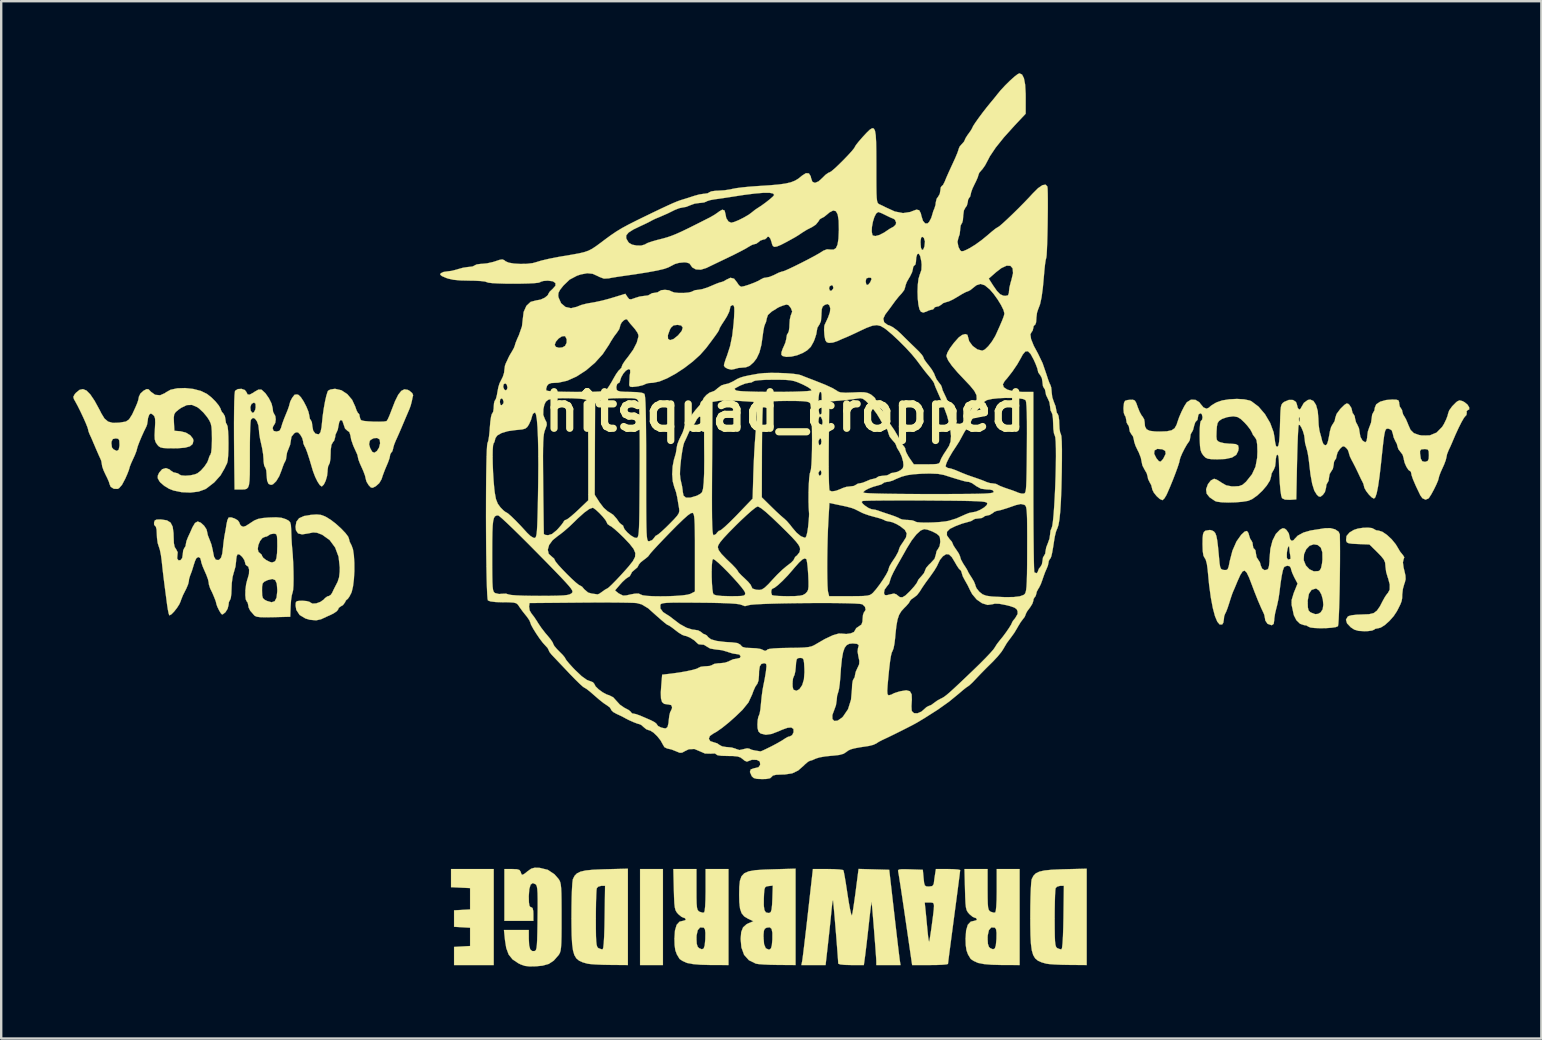
<source format=kicad_pcb>
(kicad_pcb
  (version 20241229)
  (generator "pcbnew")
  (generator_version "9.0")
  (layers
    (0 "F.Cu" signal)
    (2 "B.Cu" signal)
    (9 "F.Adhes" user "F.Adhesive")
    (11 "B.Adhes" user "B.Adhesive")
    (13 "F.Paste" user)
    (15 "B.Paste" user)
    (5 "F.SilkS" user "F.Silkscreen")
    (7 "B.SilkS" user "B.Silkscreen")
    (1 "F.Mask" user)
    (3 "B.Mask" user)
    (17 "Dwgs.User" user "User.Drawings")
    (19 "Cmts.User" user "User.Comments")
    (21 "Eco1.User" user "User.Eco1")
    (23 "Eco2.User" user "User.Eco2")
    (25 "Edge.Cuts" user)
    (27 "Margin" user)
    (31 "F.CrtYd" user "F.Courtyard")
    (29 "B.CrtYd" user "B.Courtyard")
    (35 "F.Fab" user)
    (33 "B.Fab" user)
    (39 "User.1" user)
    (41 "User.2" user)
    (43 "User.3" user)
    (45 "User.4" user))
  (footprint "hitsquad_cropped"
    (layer "F.Cu")
    (at 29.646 14.102)
    (property "Reference" "hitsquad_cropped" (at 0 0 0) (layer "F.SilkS") (effects (font (size 1.524 1.524) (thickness 0.3))))
    (attr through_hole)
    (fp_poly (pts (xy -5.08 23.05) (xy -6.032 23.05) (xy -6.032 19.05) (xy -5.08 19.05) (xy -5.08 23.05)) (stroke (width 0.01) (type solid)) (fill yes) (layer "F.SilkS"))
    (fp_poly (pts (xy -12.129 23.05) (xy -13.78 23.05) (xy -13.78 22.295) (xy -13.113 22.257) (xy -13.113 21.495) (xy -13.446 21.476) (xy -13.78 21.456) (xy -13.78 20.771) (xy -13.113 20.733) (xy -13.113 19.844) (xy -13.51 19.825) (xy -13.906 19.806) (xy -13.906 19.05) (xy -12.129 19.05) (xy -12.129 23.05)) (stroke (width 0.01) (type solid)) (fill yes) (layer "F.SilkS"))
    (fp_poly (pts (xy -6.54 23.05) (xy -7.287 23.044) (xy -7.601 23.038) (xy -7.887 23.025) (xy -8.109 23.008) (xy -8.223 22.992) (xy -8.417 22.938) (xy -8.569 22.87) (xy -8.685 22.774) (xy -8.769 22.635) (xy -8.826 22.438) (xy -8.862 22.167) (xy -8.882 21.809) (xy -8.889 21.349) (xy -8.89 21.116) (xy -7.874 21.116) (xy -7.873 21.532) (xy -7.869 21.838) (xy -7.859 22.054) (xy -7.844 22.195) (xy -7.82 22.281) (xy -7.787 22.329) (xy -7.763 22.347) (xy -7.642 22.392) (xy -7.588 22.392) (xy -7.565 22.323) (xy -7.545 22.139) (xy -7.528 21.849) (xy -7.515 21.466) (xy -7.508 21.061) (xy -7.49 19.748) (xy -7.644 19.748) (xy -7.777 19.786) (xy -7.835 19.849) (xy -7.848 19.942) (xy -7.858 20.141) (xy -7.867 20.421) (xy -7.872 20.763) (xy -7.874 21.116) (xy -8.89 21.116) (xy -8.89 20.993) (xy -8.887 20.58) (xy -8.88 20.202) (xy -8.868 19.881) (xy -8.853 19.637) (xy -8.835 19.492) (xy -8.829 19.47) (xy -8.761 19.333) (xy -8.661 19.231) (xy -8.513 19.159) (xy -8.297 19.11) (xy -7.996 19.08) (xy -7.59 19.062) (xy -7.48 19.059) (xy -6.54 19.036) (xy -6.54 23.05)) (stroke (width 0.01) (type solid)) (fill yes) (layer "F.SilkS"))
    (fp_poly (pts (xy 12.573 23.05) (xy 11.827 23.044) (xy 11.512 23.038) (xy 11.227 23.025) (xy 11.005 23.008) (xy 10.89 22.992) (xy 10.697 22.938) (xy 10.545 22.87) (xy 10.429 22.774) (xy 10.345 22.635) (xy 10.287 22.438) (xy 10.251 22.167) (xy 10.232 21.809) (xy 10.224 21.349) (xy 10.224 21.116) (xy 11.239 21.116) (xy 11.241 21.532) (xy 11.245 21.838) (xy 11.254 22.054) (xy 11.27 22.195) (xy 11.293 22.281) (xy 11.327 22.329) (xy 11.351 22.347) (xy 11.471 22.392) (xy 11.525 22.392) (xy 11.548 22.323) (xy 11.568 22.139) (xy 11.585 21.849) (xy 11.598 21.466) (xy 11.606 21.061) (xy 11.623 19.748) (xy 11.47 19.748) (xy 11.337 19.786) (xy 11.278 19.849) (xy 11.266 19.942) (xy 11.255 20.141) (xy 11.247 20.421) (xy 11.241 20.763) (xy 11.239 21.116) (xy 10.224 21.116) (xy 10.223 20.993) (xy 10.226 20.58) (xy 10.234 20.202) (xy 10.246 19.881) (xy 10.261 19.637) (xy 10.278 19.492) (xy 10.284 19.47) (xy 10.353 19.333) (xy 10.452 19.231) (xy 10.6 19.159) (xy 10.816 19.11) (xy 11.118 19.08) (xy 11.524 19.062) (xy 11.633 19.059) (xy 12.573 19.036) (xy 12.573 23.05)) (stroke (width 0.01) (type solid)) (fill yes) (layer "F.SilkS"))
    (fp_poly (pts (xy -3.683 19.905) (xy -3.682 20.251) (xy -3.676 20.492) (xy -3.662 20.649) (xy -3.638 20.744) (xy -3.6 20.798) (xy -3.555 20.829) (xy -3.429 20.868) (xy -3.364 20.859) (xy -3.34 20.783) (xy -3.321 20.601) (xy -3.308 20.334) (xy -3.302 20.001) (xy -3.302 19.935) (xy -3.302 19.05) (xy -2.349 19.05) (xy -2.349 23.05) (xy -3.096 23.048) (xy -3.504 23.037) (xy -3.833 23.009) (xy -4.06 22.966) (xy -4.089 22.957) (xy -4.26 22.881) (xy -4.377 22.803) (xy -4.393 22.785) (xy -4.501 22.604) (xy -4.564 22.431) (xy -4.593 22.22) (xy -4.6 21.961) (xy -4.599 21.944) (xy -3.683 21.944) (xy -3.671 22.166) (xy -3.628 22.294) (xy -3.572 22.347) (xy -3.457 22.393) (xy -3.383 22.36) (xy -3.34 22.234) (xy -3.317 21.999) (xy -3.315 21.949) (xy -3.311 21.71) (xy -3.327 21.57) (xy -3.37 21.501) (xy -3.395 21.487) (xy -3.534 21.485) (xy -3.63 21.598) (xy -3.678 21.817) (xy -3.683 21.944) (xy -4.599 21.944) (xy -4.578 21.611) (xy -4.508 21.374) (xy -4.387 21.242) (xy -4.245 21.209) (xy -4.147 21.18) (xy -4.128 21.145) (xy -4.178 21.087) (xy -4.212 21.082) (xy -4.309 21.039) (xy -4.435 20.934) (xy -4.45 20.918) (xy -4.512 20.844) (xy -4.556 20.762) (xy -4.585 20.646) (xy -4.604 20.474) (xy -4.616 20.221) (xy -4.625 19.902) (xy -4.645 19.05) (xy -3.683 19.05) (xy -3.683 19.905)) (stroke (width 0.01) (type solid)) (fill yes) (layer "F.SilkS"))
    (fp_poly (pts (xy 8.445 19.905) (xy 8.447 20.251) (xy 8.453 20.492) (xy 8.466 20.649) (xy 8.491 20.744) (xy 8.528 20.798) (xy 8.574 20.829) (xy 8.7 20.868) (xy 8.764 20.859) (xy 8.788 20.783) (xy 8.807 20.601) (xy 8.821 20.334) (xy 8.826 20.001) (xy 8.826 19.935) (xy 8.826 19.05) (xy 9.779 19.05) (xy 9.779 23.05) (xy 9.033 23.048) (xy 8.624 23.037) (xy 8.295 23.009) (xy 8.068 22.966) (xy 8.039 22.957) (xy 7.869 22.881) (xy 7.752 22.803) (xy 7.735 22.785) (xy 7.627 22.604) (xy 7.565 22.431) (xy 7.535 22.22) (xy 7.528 21.961) (xy 7.529 21.944) (xy 8.445 21.944) (xy 8.458 22.166) (xy 8.501 22.294) (xy 8.557 22.347) (xy 8.671 22.393) (xy 8.745 22.36) (xy 8.788 22.234) (xy 8.811 21.999) (xy 8.814 21.949) (xy 8.818 21.71) (xy 8.801 21.57) (xy 8.759 21.501) (xy 8.733 21.487) (xy 8.595 21.485) (xy 8.499 21.598) (xy 8.451 21.817) (xy 8.445 21.944) (xy 7.529 21.944) (xy 7.55 21.611) (xy 7.62 21.374) (xy 7.742 21.242) (xy 7.884 21.209) (xy 7.982 21.18) (xy 8.001 21.145) (xy 7.95 21.087) (xy 7.917 21.082) (xy 7.82 21.039) (xy 7.694 20.934) (xy 7.679 20.918) (xy 7.616 20.844) (xy 7.572 20.762) (xy 7.543 20.646) (xy 7.525 20.474) (xy 7.513 20.221) (xy 7.504 19.902) (xy 7.483 19.05) (xy 8.445 19.05) (xy 8.445 19.905)) (stroke (width 0.01) (type solid)) (fill yes) (layer "F.SilkS"))
    (fp_poly (pts (xy 0.445 23.05) (xy -0.302 23.045) (xy -0.613 23.039) (xy -0.89 23.026) (xy -1.102 23.009) (xy -1.209 22.991) (xy -1.498 22.849) (xy -1.698 22.626) (xy -1.811 22.314) (xy -1.841 21.966) (xy -1.836 21.899) (xy -0.889 21.899) (xy -0.866 22.182) (xy -0.796 22.35) (xy -0.678 22.405) (xy -0.636 22.401) (xy -0.578 22.353) (xy -0.542 22.222) (xy -0.521 21.986) (xy -0.521 21.977) (xy -0.52 21.707) (xy -0.553 21.546) (xy -0.628 21.479) (xy -0.751 21.491) (xy -0.756 21.493) (xy -0.832 21.534) (xy -0.873 21.619) (xy -0.888 21.78) (xy -0.889 21.899) (xy -1.836 21.899) (xy -1.819 21.677) (xy -1.742 21.481) (xy -1.597 21.35) (xy -1.509 21.307) (xy -1.313 21.225) (xy -1.537 21.118) (xy -1.696 21.021) (xy -1.803 20.89) (xy -1.867 20.701) (xy -1.882 20.576) (xy -0.878 20.576) (xy -0.851 20.761) (xy -0.79 20.857) (xy -0.687 20.881) (xy -0.635 20.875) (xy -0.586 20.838) (xy -0.554 20.735) (xy -0.533 20.544) (xy -0.521 20.299) (xy -0.503 19.74) (xy -0.68 19.76) (xy -0.768 19.775) (xy -0.822 19.813) (xy -0.852 19.902) (xy -0.867 20.068) (xy -0.876 20.283) (xy -0.878 20.576) (xy -1.882 20.576) (xy -1.898 20.43) (xy -1.905 20.13) (xy -1.899 19.792) (xy -1.872 19.537) (xy -1.807 19.352) (xy -1.689 19.226) (xy -1.502 19.145) (xy -1.23 19.098) (xy -0.859 19.073) (xy -0.524 19.062) (xy 0.445 19.035) (xy 0.445 23.05)) (stroke (width 0.01) (type solid)) (fill yes) (layer "F.SilkS"))
    (fp_poly (pts (xy 7.033 19.056) (xy 7.209 19.07) (xy 7.298 19.091) (xy 7.303 19.098) (xy 7.294 19.17) (xy 7.272 19.353) (xy 7.236 19.63) (xy 7.19 19.985) (xy 7.135 20.403) (xy 7.073 20.868) (xy 7.049 21.05) (xy 6.986 21.528) (xy 6.928 21.966) (xy 6.878 22.346) (xy 6.838 22.654) (xy 6.81 22.874) (xy 6.796 22.99) (xy 6.795 23.003) (xy 6.735 23.021) (xy 6.574 23.037) (xy 6.335 23.047) (xy 6.048 23.05) (xy 5.302 23.05) (xy 5.027 21.161) (xy 4.957 20.682) (xy 4.922 20.447) (xy 5.826 20.447) (xy 5.864 20.812) (xy 5.89 21.074) (xy 5.92 21.388) (xy 5.944 21.64) (xy 5.967 21.859) (xy 5.99 22.016) (xy 6.007 22.079) (xy 6.009 22.079) (xy 6.026 22.01) (xy 6.055 21.842) (xy 6.092 21.599) (xy 6.128 21.335) (xy 6.174 20.984) (xy 6.203 20.74) (xy 6.212 20.584) (xy 6.2 20.496) (xy 6.163 20.457) (xy 6.1 20.447) (xy 6.024 20.447) (xy 5.826 20.447) (xy 4.922 20.447) (xy 4.891 20.239) (xy 4.833 19.851) (xy 4.783 19.533) (xy 4.747 19.302) (xy 4.724 19.175) (xy 4.721 19.158) (xy 4.716 19.103) (xy 4.755 19.071) (xy 4.862 19.058) (xy 5.059 19.058) (xy 5.218 19.063) (xy 5.747 19.082) (xy 5.779 19.431) (xy 5.801 19.631) (xy 5.833 19.735) (xy 5.896 19.774) (xy 6.001 19.78) (xy 6.141 19.76) (xy 6.199 19.679) (xy 6.208 19.622) (xy 6.231 19.441) (xy 6.259 19.256) (xy 6.292 19.05) (xy 6.797 19.05) (xy 7.033 19.056)) (stroke (width 0.01) (type solid)) (fill yes) (layer "F.SilkS"))
    (fp_poly (pts (xy -19.329 4.297) (xy -19.166 4.356) (xy -19.09 4.395) (xy -18.895 4.519) (xy -18.683 4.686) (xy -18.479 4.872) (xy -18.307 5.052) (xy -18.193 5.202) (xy -18.161 5.286) (xy -18.127 5.421) (xy -18.05 5.572) (xy -17.992 5.732) (xy -17.954 5.985) (xy -17.935 6.298) (xy -17.934 6.639) (xy -17.953 6.975) (xy -17.99 7.274) (xy -18.044 7.503) (xy -18.063 7.551) (xy -18.144 7.707) (xy -18.211 7.8) (xy -18.23 7.811) (xy -18.287 7.863) (xy -18.319 7.934) (xy -18.408 8.056) (xy -18.482 8.097) (xy -18.583 8.169) (xy -18.605 8.228) (xy -18.659 8.304) (xy -18.796 8.399) (xy -18.907 8.455) (xy -19.104 8.543) (xy -19.265 8.618) (xy -19.319 8.644) (xy -19.525 8.69) (xy -19.787 8.667) (xy -19.971 8.613) (xy -20.214 8.467) (xy -20.352 8.257) (xy -20.381 8.08) (xy -20.376 7.953) (xy -20.332 7.893) (xy -20.215 7.875) (xy -20.101 7.874) (xy -19.922 7.887) (xy -19.802 7.92) (xy -19.78 7.938) (xy -19.68 7.993) (xy -19.522 7.984) (xy -19.348 7.921) (xy -19.202 7.817) (xy -19.158 7.763) (xy -19.055 7.69) (xy -19.014 7.684) (xy -18.919 7.631) (xy -18.858 7.541) (xy -18.786 7.387) (xy -18.743 7.303) (xy -18.631 7.085) (xy -18.57 6.894) (xy -18.545 6.673) (xy -18.542 6.488) (xy -18.591 6.042) (xy -18.734 5.657) (xy -18.962 5.347) (xy -19.267 5.129) (xy -19.303 5.112) (xy -19.493 5.04) (xy -19.652 5.028) (xy -19.852 5.069) (xy -20.111 5.11) (xy -20.28 5.068) (xy -20.367 4.938) (xy -20.384 4.792) (xy -20.349 4.582) (xy -20.236 4.436) (xy -20.029 4.344) (xy -19.751 4.297) (xy -19.506 4.28) (xy -19.329 4.297)) (stroke (width 0.01) (type solid)) (fill yes) (layer "F.SilkS"))
    (fp_poly (pts (xy -10.22 19.001) (xy -10.206 19.003) (xy -9.875 19.084) (xy -9.601 19.266) (xy -9.434 19.456) (xy -9.391 19.52) (xy -9.359 19.594) (xy -9.336 19.696) (xy -9.32 19.844) (xy -9.31 20.055) (xy -9.305 20.346) (xy -9.303 20.736) (xy -9.303 21.05) (xy -9.303 21.513) (xy -9.306 21.866) (xy -9.313 22.127) (xy -9.325 22.314) (xy -9.343 22.444) (xy -9.369 22.535) (xy -9.405 22.604) (xy -9.434 22.645) (xy -9.628 22.865) (xy -9.836 23.003) (xy -10.097 23.076) (xy -10.37 23.102) (xy -10.637 23.107) (xy -10.83 23.085) (xy -10.999 23.027) (xy -11.112 22.971) (xy -11.348 22.811) (xy -11.507 22.61) (xy -11.607 22.34) (xy -11.658 22.019) (xy -11.702 21.59) (xy -10.668 21.59) (xy -10.667 21.955) (xy -10.653 22.231) (xy -10.608 22.397) (xy -10.525 22.468) (xy -10.438 22.469) (xy -10.398 22.454) (xy -10.368 22.415) (xy -10.346 22.337) (xy -10.33 22.204) (xy -10.319 21.999) (xy -10.311 21.705) (xy -10.304 21.308) (xy -10.302 21.106) (xy -10.297 20.65) (xy -10.297 20.304) (xy -10.302 20.054) (xy -10.314 19.882) (xy -10.333 19.772) (xy -10.361 19.708) (xy -10.381 19.686) (xy -10.502 19.634) (xy -10.592 19.701) (xy -10.648 19.886) (xy -10.668 20.184) (xy -10.668 20.201) (xy -10.662 20.44) (xy -10.642 20.576) (xy -10.601 20.632) (xy -10.573 20.637) (xy -10.51 20.675) (xy -10.481 20.802) (xy -10.477 20.923) (xy -10.477 21.209) (xy -11.684 21.209) (xy -11.684 19.05) (xy -11.361 19.05) (xy -11.162 19.058) (xy -11.056 19.091) (xy -11.009 19.161) (xy -11.004 19.177) (xy -10.971 19.271) (xy -10.923 19.291) (xy -10.829 19.234) (xy -10.712 19.138) (xy -10.567 19.036) (xy -10.424 18.995) (xy -10.22 19.001)) (stroke (width 0.01) (type solid)) (fill yes) (layer "F.SilkS"))
    (fp_poly (pts (xy 24.459 4.847) (xy 24.543 4.889) (xy 24.63 4.938) (xy 24.74 4.953) (xy 24.893 5.002) (xy 25.083 5.132) (xy 25.278 5.314) (xy 25.448 5.522) (xy 25.529 5.656) (xy 25.628 5.824) (xy 25.726 5.948) (xy 25.742 5.963) (xy 25.804 6.063) (xy 25.774 6.149) (xy 25.746 6.277) (xy 25.774 6.49) (xy 25.802 6.604) (xy 25.852 6.824) (xy 25.859 6.978) (xy 25.825 7.118) (xy 25.805 7.167) (xy 25.745 7.383) (xy 25.718 7.616) (xy 25.718 7.629) (xy 25.714 7.77) (xy 25.693 7.886) (xy 25.644 8.017) (xy 25.552 8.203) (xy 25.496 8.311) (xy 25.361 8.515) (xy 25.184 8.715) (xy 24.996 8.883) (xy 24.825 8.991) (xy 24.729 9.017) (xy 24.598 9.042) (xy 24.543 9.081) (xy 24.462 9.115) (xy 24.296 9.138) (xy 24.142 9.143) (xy 23.899 9.129) (xy 23.725 9.078) (xy 23.574 8.98) (xy 23.419 8.816) (xy 23.374 8.665) (xy 23.443 8.542) (xy 23.491 8.511) (xy 23.614 8.478) (xy 23.82 8.455) (xy 24.065 8.446) (xy 24.068 8.445) (xy 24.336 8.435) (xy 24.524 8.39) (xy 24.664 8.287) (xy 24.79 8.105) (xy 24.899 7.893) (xy 24.997 7.716) (xy 25.09 7.582) (xy 25.12 7.552) (xy 25.195 7.412) (xy 25.198 7.198) (xy 25.13 6.939) (xy 25.114 6.9) (xy 25.048 6.674) (xy 25.019 6.44) (xy 25.019 6.429) (xy 25.006 6.287) (xy 24.954 6.162) (xy 24.842 6.019) (xy 24.686 5.858) (xy 24.352 5.53) (xy 23.876 5.511) (xy 23.632 5.499) (xy 23.488 5.479) (xy 23.414 5.442) (xy 23.385 5.38) (xy 23.379 5.346) (xy 23.398 5.177) (xy 23.519 5.033) (xy 23.702 4.923) (xy 23.869 4.868) (xy 24.079 4.836) (xy 24.29 4.828) (xy 24.459 4.847)) (stroke (width 0.01) (type solid)) (fill yes) (layer "F.SilkS"))
    (fp_poly (pts (xy 3.709 19.064) (xy 4.347 19.082) (xy 4.551 20.86) (xy 4.605 21.332) (xy 4.656 21.771) (xy 4.702 22.16) (xy 4.74 22.48) (xy 4.769 22.713) (xy 4.785 22.839) (xy 4.786 22.844) (xy 4.818 23.05) (xy 3.81 23.05) (xy 3.809 22.876) (xy 3.803 22.771) (xy 3.789 22.566) (xy 3.769 22.285) (xy 3.743 21.956) (xy 3.716 21.604) (xy 3.688 21.255) (xy 3.661 20.934) (xy 3.638 20.668) (xy 3.621 20.482) (xy 3.614 20.415) (xy 3.604 20.453) (xy 3.584 20.597) (xy 3.555 20.829) (xy 3.52 21.13) (xy 3.494 21.368) (xy 3.452 21.743) (xy 3.411 22.102) (xy 3.374 22.412) (xy 3.346 22.643) (xy 3.336 22.717) (xy 3.29 23.05) (xy 2.756 23.05) (xy 2.487 23.043) (xy 2.303 23.023) (xy 2.224 22.991) (xy 2.223 22.985) (xy 2.218 22.884) (xy 2.204 22.684) (xy 2.183 22.411) (xy 2.158 22.086) (xy 2.13 21.734) (xy 2.1 21.378) (xy 2.072 21.041) (xy 2.046 20.747) (xy 2.025 20.519) (xy 2.011 20.381) (xy 2.007 20.352) (xy 1.992 20.378) (xy 1.971 20.506) (xy 1.948 20.709) (xy 1.943 20.765) (xy 1.919 21.011) (xy 1.885 21.342) (xy 1.845 21.718) (xy 1.803 22.096) (xy 1.798 22.146) (xy 1.696 23.05) (xy 0.688 23.05) (xy 0.723 22.876) (xy 0.738 22.769) (xy 0.766 22.554) (xy 0.803 22.248) (xy 0.848 21.869) (xy 0.899 21.435) (xy 0.952 20.964) (xy 0.962 20.876) (xy 1.168 19.05) (xy 1.787 19.05) (xy 2.054 19.055) (xy 2.271 19.069) (xy 2.407 19.088) (xy 2.438 19.102) (xy 2.458 19.181) (xy 2.492 19.361) (xy 2.536 19.622) (xy 2.585 19.939) (xy 2.613 20.124) (xy 2.664 20.446) (xy 2.712 20.707) (xy 2.753 20.891) (xy 2.784 20.978) (xy 2.796 20.976) (xy 2.818 20.873) (xy 2.852 20.671) (xy 2.893 20.394) (xy 2.938 20.071) (xy 2.953 19.953) (xy 3.07 19.046) (xy 3.709 19.064)) (stroke (width 0.01) (type solid)) (fill yes) (layer "F.SilkS"))
    (fp_poly (pts (xy -24.645 -0.949) (xy -24.327 -0.866) (xy -24.075 -0.743) (xy -23.896 -0.603) (xy -23.722 -0.431) (xy -23.582 -0.26) (xy -23.503 -0.121) (xy -23.495 -0.081) (xy -23.451 0.01) (xy -23.4 0.064) (xy -23.329 0.183) (xy -23.305 0.322) (xy -23.284 0.465) (xy -23.241 0.54) (xy -23.214 0.617) (xy -23.195 0.79) (xy -23.183 1.029) (xy -23.179 1.303) (xy -23.181 1.582) (xy -23.192 1.836) (xy -23.21 2.033) (xy -23.236 2.144) (xy -23.236 2.144) (xy -23.308 2.289) (xy -23.334 2.349) (xy -23.51 2.653) (xy -23.773 2.946) (xy -24.086 3.189) (xy -24.15 3.228) (xy -24.42 3.325) (xy -24.76 3.367) (xy -25.123 3.352) (xy -25.466 3.282) (xy -25.659 3.206) (xy -25.853 3.087) (xy -26.011 2.952) (xy -26.057 2.895) (xy -26.125 2.769) (xy -26.122 2.663) (xy -26.067 2.54) (xy -25.94 2.394) (xy -25.782 2.347) (xy -25.629 2.406) (xy -25.59 2.445) (xy -25.467 2.526) (xy -25.396 2.54) (xy -25.278 2.571) (xy -25.241 2.603) (xy -25.148 2.651) (xy -24.976 2.666) (xy -24.771 2.651) (xy -24.576 2.608) (xy -24.469 2.563) (xy -24.323 2.446) (xy -24.177 2.279) (xy -24.06 2.104) (xy -24.004 1.961) (xy -24.003 1.945) (xy -23.962 1.833) (xy -23.933 1.797) (xy -23.9 1.7) (xy -23.878 1.5) (xy -23.868 1.221) (xy -23.867 1.117) (xy -23.872 0.827) (xy -23.886 0.628) (xy -23.919 0.484) (xy -23.977 0.36) (xy -24.063 0.227) (xy -24.222 0.033) (xy -24.404 -0.137) (xy -24.48 -0.191) (xy -24.699 -0.285) (xy -24.913 -0.277) (xy -25.148 -0.164) (xy -25.26 -0.085) (xy -25.379 0.015) (xy -25.439 0.11) (xy -25.457 0.247) (xy -25.451 0.434) (xy -25.432 0.794) (xy -25.178 0.814) (xy -24.955 0.869) (xy -24.769 0.981) (xy -24.656 1.124) (xy -24.638 1.208) (xy -24.672 1.346) (xy -24.783 1.44) (xy -24.986 1.497) (xy -25.293 1.522) (xy -25.448 1.524) (xy -25.725 1.522) (xy -25.904 1.51) (xy -26.017 1.482) (xy -26.093 1.431) (xy -26.151 1.364) (xy -26.215 1.264) (xy -26.249 1.147) (xy -26.256 0.976) (xy -26.243 0.716) (xy -26.243 0.712) (xy -26.23 0.452) (xy -26.236 0.288) (xy -26.267 0.189) (xy -26.318 0.13) (xy -26.409 0.072) (xy -26.469 0.11) (xy -26.483 0.131) (xy -26.531 0.268) (xy -26.542 0.366) (xy -26.569 0.534) (xy -26.601 0.62) (xy -26.696 0.813) (xy -26.797 1.036) (xy -26.889 1.256) (xy -26.957 1.436) (xy -26.987 1.54) (xy -26.988 1.546) (xy -27.014 1.644) (xy -27.081 1.814) (xy -27.146 1.956) (xy -27.233 2.146) (xy -27.29 2.292) (xy -27.305 2.348) (xy -27.33 2.434) (xy -27.394 2.599) (xy -27.48 2.794) (xy -27.615 3.047) (xy -27.738 3.186) (xy -27.798 3.215) (xy -27.955 3.209) (xy -28.083 3.131) (xy -28.131 3.018) (xy -28.159 2.921) (xy -28.231 2.757) (xy -28.289 2.641) (xy -28.38 2.447) (xy -28.438 2.282) (xy -28.448 2.218) (xy -28.476 2.052) (xy -28.502 1.984) (xy -28.579 1.817) (xy -28.692 1.558) (xy -28.802 1.299) (xy -28.057 1.299) (xy -28.033 1.488) (xy -27.964 1.569) (xy -27.832 1.632) (xy -27.752 1.584) (xy -27.719 1.421) (xy -27.718 1.36) (xy -27.727 1.198) (xy -27.769 1.128) (xy -27.869 1.111) (xy -27.877 1.111) (xy -27.995 1.137) (xy -28.047 1.237) (xy -28.057 1.299) (xy -28.802 1.299) (xy -28.828 1.238) (xy -28.902 1.067) (xy -28.963 0.937) (xy -29.011 0.813) (xy -29.02 0.763) (xy -29.047 0.663) (xy -29.119 0.482) (xy -29.222 0.249) (xy -29.342 -0.006) (xy -29.464 -0.25) (xy -29.576 -0.456) (xy -29.615 -0.521) (xy -29.641 -0.621) (xy -29.581 -0.734) (xy -29.53 -0.791) (xy -29.383 -0.911) (xy -29.24 -0.943) (xy -29.093 -0.883) (xy -28.934 -0.722) (xy -28.755 -0.456) (xy -28.548 -0.077) (xy -28.473 0.072) (xy -28.345 0.281) (xy -28.194 0.41) (xy -27.995 0.465) (xy -27.724 0.455) (xy -27.452 0.409) (xy -27.322 0.321) (xy -27.191 0.115) (xy -27.174 0.079) (xy -27.055 -0.18) (xy -26.98 -0.357) (xy -26.938 -0.483) (xy -26.915 -0.59) (xy -26.911 -0.624) (xy -26.845 -0.759) (xy -26.714 -0.877) (xy -26.713 -0.878) (xy -26.585 -0.944) (xy -26.505 -0.933) (xy -26.413 -0.836) (xy -26.409 -0.831) (xy -26.233 -0.705) (xy -26.026 -0.686) (xy -25.823 -0.776) (xy -25.787 -0.806) (xy -25.59 -0.916) (xy -25.31 -0.976) (xy -24.984 -0.986) (xy -24.645 -0.949)) (stroke (width 0.01) (type solid)) (fill yes) (layer "F.SilkS"))
    (fp_poly (pts (xy 22.925 4.901) (xy 23.069 4.999) (xy 23.118 5.111) (xy 23.124 5.437) (xy 23.126 5.822) (xy 23.125 6.248) (xy 23.121 6.697) (xy 23.115 7.151) (xy 23.106 7.59) (xy 23.095 7.997) (xy 23.083 8.354) (xy 23.07 8.64) (xy 23.056 8.839) (xy 23.041 8.932) (xy 23.039 8.935) (xy 22.948 8.973) (xy 22.769 8.999) (xy 22.539 9.015) (xy 22.292 9.018) (xy 22.064 9.009) (xy 21.892 8.988) (xy 21.812 8.954) (xy 21.724 8.903) (xy 21.629 8.89) (xy 21.461 8.833) (xy 21.309 8.685) (xy 21.205 8.481) (xy 21.189 8.414) (xy 21.146 8.207) (xy 21.11 8.049) (xy 21.111 7.938) (xy 21.78 7.938) (xy 21.787 8.151) (xy 21.816 8.274) (xy 21.879 8.343) (xy 21.923 8.368) (xy 22.092 8.432) (xy 22.217 8.42) (xy 22.32 8.358) (xy 22.403 8.232) (xy 22.431 8.042) (xy 22.411 7.825) (xy 22.352 7.616) (xy 22.26 7.452) (xy 22.143 7.37) (xy 22.112 7.366) (xy 21.94 7.422) (xy 21.83 7.587) (xy 21.782 7.857) (xy 21.78 7.938) (xy 21.111 7.938) (xy 21.111 7.842) (xy 21.199 7.551) (xy 21.213 7.516) (xy 21.358 7.158) (xy 21.22 6.897) (xy 21.136 6.715) (xy 21.087 6.565) (xy 21.082 6.525) (xy 21.034 6.439) (xy 20.928 6.414) (xy 20.818 6.456) (xy 20.787 6.493) (xy 20.744 6.615) (xy 20.697 6.839) (xy 20.65 7.141) (xy 20.606 7.498) (xy 20.603 7.525) (xy 20.564 7.787) (xy 20.503 8.072) (xy 20.477 8.17) (xy 20.422 8.399) (xy 20.389 8.612) (xy 20.384 8.693) (xy 20.363 8.838) (xy 20.29 8.889) (xy 20.269 8.89) (xy 20.107 8.835) (xy 20.013 8.695) (xy 20.003 8.622) (xy 19.973 8.465) (xy 19.946 8.397) (xy 19.838 8.166) (xy 19.704 7.854) (xy 19.563 7.499) (xy 19.465 7.239) (xy 19.34 6.912) (xy 19.24 6.705) (xy 19.154 6.618) (xy 19.069 6.651) (xy 18.972 6.802) (xy 18.851 7.071) (xy 18.795 7.207) (xy 18.726 7.372) (xy 18.672 7.493) (xy 18.63 7.602) (xy 18.567 7.789) (xy 18.511 7.969) (xy 18.442 8.179) (xy 18.379 8.341) (xy 18.342 8.411) (xy 18.301 8.515) (xy 18.288 8.645) (xy 18.265 8.788) (xy 18.218 8.862) (xy 18.115 8.864) (xy 18.014 8.746) (xy 17.918 8.516) (xy 17.828 8.179) (xy 17.746 7.745) (xy 17.674 7.218) (xy 17.615 6.607) (xy 17.614 6.592) (xy 17.58 6.34) (xy 17.531 6.16) (xy 17.489 6.092) (xy 17.437 5.997) (xy 17.408 5.809) (xy 17.399 5.519) (xy 17.403 5.261) (xy 17.42 5.101) (xy 17.456 5.01) (xy 17.518 4.957) (xy 17.522 4.955) (xy 17.707 4.925) (xy 17.801 4.949) (xy 17.874 4.989) (xy 17.931 5.058) (xy 17.975 5.175) (xy 18.011 5.36) (xy 18.044 5.631) (xy 18.08 6.007) (xy 18.085 6.064) (xy 18.109 6.317) (xy 18.135 6.469) (xy 18.173 6.548) (xy 18.234 6.582) (xy 18.296 6.592) (xy 18.39 6.594) (xy 18.449 6.554) (xy 18.489 6.444) (xy 18.53 6.237) (xy 18.53 6.232) (xy 18.645 5.788) (xy 18.814 5.403) (xy 19.01 5.127) (xy 19.154 4.992) (xy 19.249 4.967) (xy 19.311 5.052) (xy 19.336 5.143) (xy 19.383 5.289) (xy 19.436 5.369) (xy 19.481 5.454) (xy 19.494 5.56) (xy 19.517 5.678) (xy 19.558 5.715) (xy 19.603 5.77) (xy 19.622 5.898) (xy 19.651 6.058) (xy 19.713 6.156) (xy 19.79 6.275) (xy 19.824 6.402) (xy 19.881 6.536) (xy 19.987 6.6) (xy 20.097 6.575) (xy 20.137 6.531) (xy 20.168 6.422) (xy 20.188 6.236) (xy 20.19 6.161) (xy 21.613 6.161) (xy 21.617 6.191) (xy 21.704 6.405) (xy 21.854 6.564) (xy 22.037 6.649) (xy 22.222 6.639) (xy 22.28 6.61) (xy 22.337 6.513) (xy 22.378 6.315) (xy 22.394 6.159) (xy 22.39 5.856) (xy 22.325 5.656) (xy 22.193 5.55) (xy 22.03 5.524) (xy 21.859 5.582) (xy 21.717 5.731) (xy 21.628 5.936) (xy 21.613 6.161) (xy 20.19 6.161) (xy 20.192 6.101) (xy 20.208 5.909) (xy 20.91 5.909) (xy 20.911 6.077) (xy 20.95 6.15) (xy 20.995 6.16) (xy 21.066 6.125) (xy 21.059 6.017) (xy 21.027 5.832) (xy 21.019 5.72) (xy 21.007 5.613) (xy 20.978 5.61) (xy 20.944 5.692) (xy 20.917 5.839) (xy 20.91 5.909) (xy 20.208 5.909) (xy 20.225 5.712) (xy 20.315 5.366) (xy 20.453 5.091) (xy 20.622 4.917) (xy 20.741 4.852) (xy 20.826 4.869) (xy 20.897 4.926) (xy 20.992 5.066) (xy 21.018 5.181) (xy 21.049 5.318) (xy 21.119 5.38) (xy 21.199 5.345) (xy 21.216 5.319) (xy 21.364 5.163) (xy 21.604 5.033) (xy 21.898 4.948) (xy 21.939 4.941) (xy 22.183 4.903) (xy 22.42 4.865) (xy 22.492 4.853) (xy 22.721 4.848) (xy 22.925 4.901)) (stroke (width 0.01) (type solid)) (fill yes) (layer "F.SilkS"))
    (fp_poly (pts (xy -20.965 4.419) (xy -20.795 4.473) (xy -20.786 4.477) (xy -20.673 4.537) (xy -20.609 4.605) (xy -20.578 4.716) (xy -20.566 4.906) (xy -20.563 5.004) (xy -20.554 5.263) (xy -20.54 5.506) (xy -20.528 5.652) (xy -20.501 5.958) (xy -20.482 6.296) (xy -20.471 6.64) (xy -20.467 6.963) (xy -20.472 7.236) (xy -20.486 7.433) (xy -20.506 7.521) (xy -20.542 7.65) (xy -20.572 7.859) (xy -20.589 8.096) (xy -20.606 8.541) (xy -21.316 8.559) (xy -21.639 8.564) (xy -21.859 8.558) (xy -21.998 8.539) (xy -22.08 8.504) (xy -22.109 8.477) (xy -22.222 8.346) (xy -22.273 8.289) (xy -22.34 8.152) (xy -22.352 8.073) (xy -22.38 7.949) (xy -22.416 7.906) (xy -22.459 7.815) (xy -22.477 7.639) (xy -22.472 7.45) (xy -21.78 7.45) (xy -21.775 7.65) (xy -21.744 7.764) (xy -21.67 7.834) (xy -21.574 7.882) (xy -21.383 7.937) (xy -21.252 7.893) (xy -21.175 7.744) (xy -21.146 7.483) (xy -21.145 7.422) (xy -21.165 7.162) (xy -21.231 7.013) (xy -21.353 6.967) (xy -21.543 7.013) (xy -21.574 7.026) (xy -21.694 7.085) (xy -21.756 7.159) (xy -21.778 7.289) (xy -21.78 7.45) (xy -22.472 7.45) (xy -22.471 7.417) (xy -22.443 7.187) (xy -22.393 6.989) (xy -22.379 6.952) (xy -22.325 6.76) (xy -22.318 6.581) (xy -22.354 6.453) (xy -22.417 6.413) (xy -22.471 6.361) (xy -22.481 6.302) (xy -22.519 6.177) (xy -22.605 6.048) (xy -22.707 5.954) (xy -22.79 5.934) (xy -22.795 5.936) (xy -22.837 6.02) (xy -22.859 6.178) (xy -22.86 6.219) (xy -22.887 6.451) (xy -22.951 6.679) (xy -22.955 6.689) (xy -23.007 6.882) (xy -23.041 7.144) (xy -23.05 7.36) (xy -23.059 7.586) (xy -23.081 7.758) (xy -23.113 7.841) (xy -23.114 7.842) (xy -23.161 7.929) (xy -23.177 8.058) (xy -23.215 8.209) (xy -23.304 8.352) (xy -23.412 8.438) (xy -23.448 8.445) (xy -23.498 8.394) (xy -23.57 8.273) (xy -23.64 8.13) (xy -23.682 8.012) (xy -23.686 7.985) (xy -23.71 7.89) (xy -23.774 7.725) (xy -23.857 7.531) (xy -23.944 7.353) (xy -23.945 7.351) (xy -23.995 7.191) (xy -24.003 7.113) (xy -24.03 6.986) (xy -24.099 6.797) (xy -24.162 6.655) (xy -24.249 6.455) (xy -24.307 6.288) (xy -24.32 6.215) (xy -24.356 6.095) (xy -24.436 6.051) (xy -24.518 6.104) (xy -24.571 6.219) (xy -24.63 6.396) (xy -24.644 6.445) (xy -24.703 6.635) (xy -24.76 6.786) (xy -24.771 6.81) (xy -24.82 6.968) (xy -24.828 7.051) (xy -24.859 7.185) (xy -24.935 7.368) (xy -24.977 7.449) (xy -25.077 7.649) (xy -25.152 7.836) (xy -25.168 7.889) (xy -25.225 8.019) (xy -25.324 8.174) (xy -25.442 8.324) (xy -25.552 8.436) (xy -25.63 8.481) (xy -25.645 8.476) (xy -25.672 8.398) (xy -25.705 8.232) (xy -25.734 8.045) (xy -25.796 7.571) (xy -25.845 7.199) (xy -25.882 6.903) (xy -25.911 6.66) (xy -25.935 6.446) (xy -25.957 6.236) (xy -25.958 6.223) (xy -25.992 5.971) (xy -26.036 5.753) (xy -26.081 5.614) (xy -26.084 5.608) (xy -26.128 5.467) (xy -26.156 5.256) (xy -26.162 5.116) (xy -26.173 4.909) (xy -26.204 4.786) (xy -26.23 4.763) (xy -26.275 4.71) (xy -26.278 4.62) (xy -26.25 4.532) (xy -26.176 4.493) (xy -26.02 4.488) (xy -25.971 4.49) (xy -25.742 4.525) (xy -25.59 4.619) (xy -25.503 4.789) (xy -25.467 5.055) (xy -25.463 5.206) (xy -25.453 5.474) (xy -25.418 5.639) (xy -25.364 5.718) (xy -25.294 5.853) (xy -25.303 5.951) (xy -25.316 6.116) (xy -25.258 6.191) (xy -25.176 6.182) (xy -25.106 6.093) (xy -25.082 5.934) (xy -25.065 5.778) (xy -25.023 5.686) (xy -25.019 5.683) (xy -24.965 5.593) (xy -24.956 5.526) (xy -24.928 5.385) (xy -24.866 5.228) (xy -24.781 5.045) (xy -24.688 4.835) (xy -24.677 4.81) (xy -24.573 4.635) (xy -24.462 4.572) (xy -24.46 4.572) (xy -24.329 4.624) (xy -24.193 4.749) (xy -24.093 4.902) (xy -24.067 5.007) (xy -24.039 5.142) (xy -23.972 5.314) (xy -23.965 5.328) (xy -23.889 5.531) (xy -23.834 5.763) (xy -23.829 5.798) (xy -23.78 6.04) (xy -23.707 6.164) (xy -23.604 6.179) (xy -23.559 6.16) (xy -23.487 6.08) (xy -23.438 5.917) (xy -23.413 5.716) (xy -21.959 5.716) (xy -21.927 5.842) (xy -21.876 5.883) (xy -21.791 5.961) (xy -21.78 6.004) (xy -21.729 6.086) (xy -21.605 6.18) (xy -21.458 6.255) (xy -21.365 6.28) (xy -21.266 6.246) (xy -21.222 6.21) (xy -21.181 6.103) (xy -21.154 5.89) (xy -21.145 5.607) (xy -21.147 5.349) (xy -21.157 5.193) (xy -21.183 5.113) (xy -21.232 5.084) (xy -21.301 5.08) (xy -21.435 5.103) (xy -21.495 5.144) (xy -21.585 5.199) (xy -21.644 5.207) (xy -21.762 5.258) (xy -21.863 5.385) (xy -21.933 5.551) (xy -21.959 5.716) (xy -23.413 5.716) (xy -23.411 5.701) (xy -23.385 5.454) (xy -23.355 5.23) (xy -23.334 5.112) (xy -23.296 4.913) (xy -23.261 4.692) (xy -23.26 4.683) (xy -23.224 4.518) (xy -23.177 4.416) (xy -23.167 4.407) (xy -23.065 4.401) (xy -22.923 4.447) (xy -22.794 4.521) (xy -22.733 4.598) (xy -22.733 4.604) (xy -22.689 4.709) (xy -22.64 4.76) (xy -22.565 4.792) (xy -22.461 4.761) (xy -22.297 4.658) (xy -22.269 4.638) (xy -22.104 4.531) (xy -21.945 4.465) (xy -21.748 4.428) (xy -21.494 4.407) (xy -21.186 4.398) (xy -20.965 4.419)) (stroke (width 0.01) (type solid)) (fill yes) (layer "F.SilkS"))
    (fp_poly (pts (xy -22.498 -0.906) (xy -22.434 -0.826) (xy -22.385 -0.725) (xy -22.3 -0.711) (xy -22.155 -0.787) (xy -22.084 -0.836) (xy -21.927 -0.924) (xy -21.814 -0.922) (xy -21.788 -0.909) (xy -21.64 -0.771) (xy -21.496 -0.565) (xy -21.385 -0.343) (xy -21.338 -0.153) (xy -21.338 -0.147) (xy -21.319 0.006) (xy -21.274 0.094) (xy -21.273 0.095) (xy -21.226 0.181) (xy -21.209 0.318) (xy -21.229 0.463) (xy -21.273 0.54) (xy -21.326 0.629) (xy -21.336 0.702) (xy -21.296 0.8) (xy -21.178 0.826) (xy -21.051 0.792) (xy -20.987 0.67) (xy -20.983 0.651) (xy -20.937 0.497) (xy -20.858 0.282) (xy -20.791 0.119) (xy -20.709 -0.082) (xy -20.654 -0.24) (xy -20.637 -0.31) (xy -20.602 -0.432) (xy -20.522 -0.584) (xy -20.432 -0.699) (xy -20.419 -0.71) (xy -20.318 -0.72) (xy -20.255 -0.698) (xy -20.159 -0.601) (xy -20.045 -0.427) (xy -19.935 -0.215) (xy -19.85 -0.009) (xy -19.812 0.15) (xy -19.812 0.161) (xy -19.788 0.293) (xy -19.748 0.349) (xy -19.705 0.434) (xy -19.685 0.587) (xy -19.685 0.599) (xy -19.649 0.789) (xy -19.557 0.912) (xy -19.432 0.94) (xy -19.405 0.932) (xy -19.344 0.848) (xy -19.301 0.647) (xy -19.283 0.464) (xy -19.253 0.175) (xy -19.209 -0.133) (xy -19.156 -0.427) (xy -19.1 -0.673) (xy -19.048 -0.838) (xy -19.03 -0.873) (xy -18.939 -0.924) (xy -18.775 -0.951) (xy -18.729 -0.953) (xy -18.472 -0.894) (xy -18.229 -0.734) (xy -18.028 -0.498) (xy -17.9 -0.221) (xy -17.841 -0.053) (xy -17.786 0.049) (xy -17.766 0.064) (xy -17.725 0.117) (xy -17.716 0.187) (xy -17.681 0.313) (xy -17.639 0.358) (xy -17.539 0.383) (xy -17.356 0.401) (xy -17.129 0.413) (xy -16.9 0.415) (xy -16.709 0.409) (xy -16.597 0.391) (xy -16.589 0.386) (xy -16.541 0.312) (xy -16.469 0.151) (xy -16.388 -0.059) (xy -16.239 -0.441) (xy -16.106 -0.708) (xy -15.979 -0.869) (xy -15.85 -0.934) (xy -15.711 -0.912) (xy -15.638 -0.874) (xy -15.524 -0.777) (xy -15.486 -0.689) (xy -15.487 -0.684) (xy -15.517 -0.561) (xy -15.539 -0.445) (xy -15.588 -0.257) (xy -15.635 -0.127) (xy -15.711 0.052) (xy -15.784 0.222) (xy -15.863 0.409) (xy -15.955 0.626) (xy -15.972 0.667) (xy -16.072 0.899) (xy -16.181 1.142) (xy -16.199 1.179) (xy -16.273 1.36) (xy -16.316 1.506) (xy -16.32 1.54) (xy -16.354 1.653) (xy -16.383 1.683) (xy -16.44 1.774) (xy -16.447 1.82) (xy -16.471 1.939) (xy -16.531 2.11) (xy -16.548 2.149) (xy -16.663 2.421) (xy -16.747 2.644) (xy -16.803 2.815) (xy -16.899 2.977) (xy -17.038 3.101) (xy -17.166 3.167) (xy -17.246 3.156) (xy -17.337 3.06) (xy -17.34 3.057) (xy -17.429 2.91) (xy -17.462 2.787) (xy -17.489 2.665) (xy -17.558 2.479) (xy -17.621 2.337) (xy -17.708 2.143) (xy -17.766 1.988) (xy -17.78 1.924) (xy -17.807 1.797) (xy -17.836 1.73) (xy -17.974 1.427) (xy -18 1.354) (xy -17.321 1.354) (xy -17.275 1.516) (xy -17.189 1.671) (xy -17.099 1.707) (xy -16.992 1.634) (xy -16.904 1.491) (xy -16.861 1.314) (xy -16.878 1.167) (xy -16.885 1.153) (xy -16.986 1.093) (xy -17.129 1.103) (xy -17.259 1.175) (xy -17.292 1.215) (xy -17.321 1.354) (xy -18 1.354) (xy -18.065 1.168) (xy -18.098 0.986) (xy -18.145 0.844) (xy -18.218 0.796) (xy -18.322 0.701) (xy -18.38 0.534) (xy -18.434 0.377) (xy -18.501 0.34) (xy -18.561 0.418) (xy -18.594 0.576) (xy -18.624 0.742) (xy -18.67 0.85) (xy -18.674 0.854) (xy -18.722 0.962) (xy -18.733 1.053) (xy -18.774 1.201) (xy -18.828 1.27) (xy -18.889 1.38) (xy -18.919 1.591) (xy -18.923 1.75) (xy -18.932 1.965) (xy -18.957 2.125) (xy -18.986 2.191) (xy -19.027 2.274) (xy -19.049 2.432) (xy -19.05 2.483) (xy -19.072 2.679) (xy -19.129 2.875) (xy -19.205 3.031) (xy -19.284 3.109) (xy -19.299 3.111) (xy -19.373 3.056) (xy -19.469 2.912) (xy -19.568 2.71) (xy -19.655 2.482) (xy -19.676 2.413) (xy -19.8 1.994) (xy -19.9 1.686) (xy -19.975 1.494) (xy -20.011 1.432) (xy -20.058 1.323) (xy -20.067 1.241) (xy -20.106 1.096) (xy -20.184 0.961) (xy -20.278 0.862) (xy -20.362 0.857) (xy -20.437 0.897) (xy -20.553 1.041) (xy -20.576 1.174) (xy -20.609 1.374) (xy -20.669 1.524) (xy -20.739 1.703) (xy -20.762 1.845) (xy -20.783 1.991) (xy -20.817 2.067) (xy -20.866 2.16) (xy -20.929 2.327) (xy -20.957 2.413) (xy -21.063 2.684) (xy -21.191 2.895) (xy -21.323 3.022) (xy -21.405 3.048) (xy -21.51 3.006) (xy -21.569 2.87) (xy -21.59 2.627) (xy -21.59 2.602) (xy -21.605 2.435) (xy -21.642 2.328) (xy -21.654 2.318) (xy -21.692 2.235) (xy -21.715 2.075) (xy -21.717 2) (xy -21.734 1.775) (xy -21.778 1.506) (xy -21.812 1.355) (xy -21.865 1.115) (xy -21.9 0.892) (xy -21.907 0.783) (xy -21.931 0.573) (xy -21.991 0.402) (xy -22.073 0.289) (xy -22.159 0.256) (xy -22.235 0.321) (xy -22.25 0.354) (xy -22.261 0.446) (xy -22.272 0.644) (xy -22.28 0.928) (xy -22.286 1.279) (xy -22.288 1.675) (xy -22.288 1.808) (xy -22.288 2.27) (xy -22.291 2.62) (xy -22.302 2.873) (xy -22.324 3.046) (xy -22.363 3.154) (xy -22.423 3.212) (xy -22.509 3.235) (xy -22.624 3.239) (xy -22.706 3.239) (xy -22.924 3.239) (xy -22.932 2.588) (xy -22.942 1.776) (xy -22.947 1.064) (xy -22.948 0.456) (xy -22.944 -0.042) (xy -22.941 -0.196) (xy -22.268 -0.196) (xy -22.253 -0.051) (xy -22.192 0.042) (xy -22.121 0.027) (xy -22.064 -0.082) (xy -22.046 -0.18) (xy -22.051 -0.33) (xy -22.111 -0.381) (xy -22.119 -0.381) (xy -22.219 -0.327) (xy -22.268 -0.196) (xy -22.941 -0.196) (xy -22.937 -0.429) (xy -22.925 -0.698) (xy -22.909 -0.846) (xy -22.901 -0.873) (xy -22.789 -0.944) (xy -22.636 -0.953) (xy -22.498 -0.906)) (stroke (width 0.01) (type solid)) (fill yes) (layer "F.SilkS"))
    (fp_poly (pts (xy 19.131 -0.517) (xy 19.369 -0.466) (xy 19.433 -0.438) (xy 19.731 -0.214) (xy 20 0.1) (xy 20.217 0.468) (xy 20.359 0.852) (xy 20.397 1.068) (xy 20.422 1.263) (xy 20.452 1.402) (xy 20.47 1.441) (xy 20.521 1.462) (xy 20.56 1.404) (xy 20.589 1.255) (xy 20.609 1.004) (xy 20.624 0.64) (xy 20.626 0.539) (xy 20.633 0.318) (xy 21.41 0.318) (xy 21.42 0.408) (xy 21.442 0.397) (xy 21.45 0.267) (xy 21.442 0.238) (xy 21.418 0.23) (xy 21.41 0.318) (xy 20.633 0.318) (xy 20.636 0.196) (xy 20.647 -0.043) (xy 20.664 -0.2) (xy 20.692 -0.298) (xy 20.735 -0.359) (xy 20.796 -0.407) (xy 20.805 -0.412) (xy 20.997 -0.493) (xy 21.17 -0.49) (xy 21.291 -0.408) (xy 21.326 -0.318) (xy 21.367 -0.159) (xy 21.426 -0.09) (xy 21.486 -0.127) (xy 21.502 -0.164) (xy 21.621 -0.37) (xy 21.784 -0.489) (xy 21.885 -0.508) (xy 22.02 -0.449) (xy 22.127 -0.283) (xy 22.198 -0.031) (xy 22.225 0.288) (xy 22.225 0.305) (xy 22.236 0.544) (xy 22.265 0.763) (xy 22.286 0.853) (xy 22.343 1.055) (xy 22.383 1.222) (xy 22.436 1.349) (xy 22.507 1.397) (xy 22.556 1.383) (xy 22.595 1.324) (xy 22.632 1.199) (xy 22.676 0.983) (xy 22.706 0.812) (xy 22.755 0.637) (xy 22.824 0.513) (xy 22.835 0.502) (xy 22.904 0.386) (xy 22.927 0.262) (xy 22.983 0.092) (xy 23.134 -0.111) (xy 23.17 -0.149) (xy 23.312 -0.287) (xy 23.399 -0.344) (xy 23.464 -0.333) (xy 23.516 -0.287) (xy 23.601 -0.154) (xy 23.622 -0.063) (xy 23.652 0.057) (xy 23.686 0.095) (xy 23.737 0.184) (xy 23.751 0.274) (xy 23.791 0.436) (xy 23.846 0.536) (xy 23.916 0.69) (xy 23.942 0.854) (xy 23.976 1.045) (xy 24.06 1.197) (xy 24.168 1.269) (xy 24.185 1.27) (xy 24.233 1.213) (xy 24.258 1.07) (xy 24.259 1.032) (xy 24.286 0.825) (xy 24.346 0.646) (xy 24.352 0.635) (xy 24.42 0.452) (xy 24.445 0.274) (xy 24.465 0.121) (xy 24.509 0.033) (xy 24.511 0.032) (xy 24.56 -0.056) (xy 24.575 -0.166) (xy 24.634 -0.308) (xy 24.797 -0.418) (xy 25.045 -0.488) (xy 25.303 -0.508) (xy 25.48 -0.501) (xy 25.564 -0.469) (xy 25.589 -0.394) (xy 25.59 -0.353) (xy 25.614 -0.219) (xy 25.654 -0.159) (xy 25.711 -0.068) (xy 25.718 -0.017) (xy 25.756 0.116) (xy 25.8 0.185) (xy 25.872 0.309) (xy 25.95 0.49) (xy 25.968 0.54) (xy 26.066 0.758) (xy 26.201 0.891) (xy 26.408 0.966) (xy 26.531 0.989) (xy 26.865 0.986) (xy 27.149 0.868) (xy 27.38 0.633) (xy 27.457 0.509) (xy 27.551 0.315) (xy 27.612 0.152) (xy 27.625 0.087) (xy 27.673 -0.052) (xy 27.796 -0.224) (xy 27.962 -0.392) (xy 28.012 -0.432) (xy 28.107 -0.474) (xy 28.226 -0.444) (xy 28.313 -0.398) (xy 28.435 -0.299) (xy 28.505 -0.187) (xy 28.508 -0.097) (xy 28.441 -0.064) (xy 28.398 -0.017) (xy 28.407 0.03) (xy 28.393 0.138) (xy 28.357 0.173) (xy 28.291 0.253) (xy 28.19 0.427) (xy 28.067 0.671) (xy 27.934 0.96) (xy 27.802 1.269) (xy 27.802 1.27) (xy 27.724 1.449) (xy 27.648 1.609) (xy 27.584 1.772) (xy 27.559 1.898) (xy 27.532 2.014) (xy 27.464 2.196) (xy 27.4 2.337) (xy 27.313 2.531) (xy 27.256 2.686) (xy 27.241 2.749) (xy 27.212 2.859) (xy 27.137 3.037) (xy 27.036 3.243) (xy 26.93 3.438) (xy 26.838 3.581) (xy 26.809 3.615) (xy 26.69 3.663) (xy 26.561 3.605) (xy 26.475 3.488) (xy 26.288 3.098) (xy 26.166 2.815) (xy 26.105 2.636) (xy 26.099 2.587) (xy 26.075 2.493) (xy 26.049 2.477) (xy 25.976 2.423) (xy 25.891 2.292) (xy 25.819 2.128) (xy 25.782 1.977) (xy 25.781 1.953) (xy 25.735 1.792) (xy 25.654 1.683) (xy 25.62 1.639) (xy 26.46 1.639) (xy 26.461 1.742) (xy 26.491 1.954) (xy 26.552 2.062) (xy 26.656 2.087) (xy 26.686 2.084) (xy 26.779 2.051) (xy 26.821 1.962) (xy 26.829 1.81) (xy 26.821 1.647) (xy 26.78 1.574) (xy 26.679 1.556) (xy 26.638 1.556) (xy 26.505 1.57) (xy 26.46 1.639) (xy 25.62 1.639) (xy 25.558 1.56) (xy 25.527 1.465) (xy 25.492 1.333) (xy 25.437 1.234) (xy 25.362 1.073) (xy 25.326 0.918) (xy 25.278 0.769) (xy 25.166 0.711) (xy 25.164 0.71) (xy 25.108 0.704) (xy 25.063 0.712) (xy 25.027 0.751) (xy 24.997 0.834) (xy 24.968 0.976) (xy 24.938 1.193) (xy 24.903 1.499) (xy 24.859 1.909) (xy 24.833 2.159) (xy 24.772 2.695) (xy 24.712 3.107) (xy 24.654 3.396) (xy 24.596 3.566) (xy 24.54 3.619) (xy 24.451 3.571) (xy 24.333 3.454) (xy 24.219 3.308) (xy 24.143 3.174) (xy 24.13 3.121) (xy 24.101 3.006) (xy 24.069 2.936) (xy 24.006 2.814) (xy 23.919 2.63) (xy 23.877 2.54) (xy 23.768 2.314) (xy 23.654 2.092) (xy 23.621 2.033) (xy 23.539 1.865) (xy 23.497 1.73) (xy 23.495 1.709) (xy 23.451 1.589) (xy 23.379 1.502) (xy 23.291 1.438) (xy 23.218 1.455) (xy 23.125 1.544) (xy 23.026 1.691) (xy 22.987 1.826) (xy 22.96 1.952) (xy 22.924 2) (xy 22.877 2.086) (xy 22.86 2.218) (xy 22.828 2.379) (xy 22.765 2.477) (xy 22.694 2.596) (xy 22.669 2.735) (xy 22.649 2.878) (xy 22.606 2.953) (xy 22.559 3.039) (xy 22.543 3.169) (xy 22.497 3.345) (xy 22.413 3.463) (xy 22.313 3.541) (xy 22.241 3.53) (xy 22.16 3.456) (xy 22.056 3.288) (xy 21.968 3.008) (xy 21.896 2.611) (xy 21.847 2.191) (xy 21.815 1.924) (xy 21.774 1.685) (xy 21.732 1.52) (xy 21.726 1.504) (xy 21.671 1.3) (xy 21.654 1.133) (xy 21.633 0.982) (xy 21.583 0.812) (xy 21.518 0.658) (xy 21.454 0.557) (xy 21.407 0.543) (xy 21.395 0.614) (xy 21.382 0.795) (xy 21.368 1.068) (xy 21.355 1.413) (xy 21.343 1.814) (xy 21.336 2.117) (xy 21.304 3.651) (xy 21.045 3.67) (xy 20.832 3.661) (xy 20.712 3.602) (xy 20.677 3.496) (xy 20.645 3.276) (xy 20.617 2.954) (xy 20.595 2.544) (xy 20.58 2.058) (xy 20.579 2.016) (xy 20.558 1.842) (xy 20.518 1.783) (xy 20.475 1.833) (xy 20.449 1.987) (xy 20.447 2.059) (xy 20.424 2.272) (xy 20.365 2.42) (xy 20.352 2.436) (xy 20.277 2.572) (xy 20.256 2.694) (xy 20.207 2.864) (xy 20.076 3.073) (xy 19.891 3.291) (xy 19.678 3.49) (xy 19.465 3.641) (xy 19.294 3.713) (xy 19.047 3.752) (xy 18.758 3.775) (xy 18.463 3.782) (xy 18.198 3.773) (xy 17.999 3.747) (xy 17.923 3.721) (xy 17.692 3.564) (xy 17.571 3.412) (xy 17.548 3.247) (xy 17.553 3.212) (xy 17.627 3.014) (xy 17.745 2.863) (xy 17.876 2.795) (xy 17.889 2.794) (xy 17.994 2.83) (xy 18.143 2.921) (xy 18.187 2.953) (xy 18.382 3.065) (xy 18.61 3.109) (xy 18.71 3.111) (xy 18.919 3.099) (xy 19.063 3.045) (xy 19.202 2.925) (xy 19.221 2.905) (xy 19.46 2.605) (xy 19.606 2.288) (xy 19.675 1.917) (xy 19.685 1.661) (xy 19.676 1.37) (xy 19.649 1.186) (xy 19.599 1.088) (xy 19.592 1.082) (xy 19.498 0.958) (xy 19.458 0.867) (xy 19.393 0.747) (xy 19.267 0.582) (xy 19.157 0.46) (xy 18.992 0.303) (xy 18.861 0.223) (xy 18.718 0.196) (xy 18.64 0.195) (xy 18.419 0.227) (xy 18.214 0.299) (xy 18.193 0.311) (xy 18.086 0.385) (xy 18.026 0.473) (xy 17.997 0.615) (xy 17.983 0.815) (xy 17.977 1.032) (xy 17.99 1.157) (xy 18.035 1.224) (xy 18.123 1.268) (xy 18.13 1.27) (xy 18.301 1.311) (xy 18.519 1.332) (xy 18.574 1.333) (xy 18.779 1.347) (xy 18.881 1.401) (xy 18.903 1.518) (xy 18.886 1.631) (xy 18.803 1.797) (xy 18.626 1.908) (xy 18.347 1.969) (xy 18.012 1.983) (xy 17.771 1.977) (xy 17.619 1.956) (xy 17.52 1.909) (xy 17.437 1.824) (xy 17.424 1.808) (xy 17.359 1.71) (xy 17.317 1.593) (xy 17.294 1.427) (xy 17.283 1.18) (xy 17.28 1.008) (xy 17.283 0.716) (xy 17.298 0.505) (xy 17.322 0.394) (xy 17.336 0.381) (xy 17.383 0.327) (xy 17.399 0.222) (xy 17.366 0.095) (xy 17.304 0.064) (xy 17.227 0.119) (xy 17.209 0.222) (xy 17.188 0.342) (xy 17.148 0.381) (xy 17.098 0.437) (xy 17.052 0.573) (xy 17.045 0.604) (xy 17.003 0.762) (xy 16.954 0.856) (xy 16.947 0.862) (xy 16.902 0.946) (xy 16.891 1.039) (xy 16.868 1.179) (xy 16.835 1.241) (xy 16.75 1.362) (xy 16.647 1.542) (xy 16.548 1.74) (xy 16.475 1.914) (xy 16.447 2.018) (xy 16.425 2.121) (xy 16.363 2.31) (xy 16.273 2.558) (xy 16.166 2.835) (xy 16.053 3.112) (xy 15.946 3.359) (xy 15.892 3.477) (xy 15.809 3.613) (xy 15.735 3.681) (xy 15.726 3.683) (xy 15.618 3.634) (xy 15.487 3.516) (xy 15.37 3.37) (xy 15.305 3.238) (xy 15.301 3.211) (xy 15.262 3.055) (xy 15.206 2.956) (xy 15.131 2.804) (xy 15.112 2.702) (xy 15.072 2.56) (xy 14.986 2.413) (xy 14.895 2.24) (xy 14.86 2.076) (xy 14.829 1.915) (xy 14.764 1.749) (xy 15.383 1.749) (xy 15.477 1.937) (xy 15.478 1.939) (xy 15.582 2.062) (xy 15.659 2.075) (xy 15.746 1.979) (xy 15.772 1.939) (xy 15.863 1.754) (xy 15.846 1.632) (xy 15.722 1.563) (xy 15.721 1.563) (xy 15.515 1.547) (xy 15.399 1.614) (xy 15.383 1.749) (xy 14.764 1.749) (xy 14.75 1.71) (xy 14.7 1.613) (xy 14.607 1.418) (xy 14.55 1.243) (xy 14.541 1.18) (xy 14.503 1.029) (xy 14.446 0.953) (xy 14.37 0.829) (xy 14.351 0.726) (xy 14.326 0.595) (xy 14.287 0.54) (xy 14.237 0.451) (xy 14.224 0.358) (xy 14.196 0.214) (xy 14.156 0.148) (xy 14.119 0.047) (xy 14.106 -0.125) (xy 14.109 -0.198) (xy 14.128 -0.371) (xy 14.172 -0.455) (xy 14.275 -0.487) (xy 14.361 -0.496) (xy 14.498 -0.5) (xy 14.58 -0.466) (xy 14.639 -0.364) (xy 14.697 -0.199) (xy 14.775 -0.003) (xy 14.856 0.147) (xy 14.894 0.193) (xy 14.967 0.313) (xy 14.986 0.425) (xy 15.002 0.61) (xy 15.066 0.729) (xy 15.198 0.795) (xy 15.421 0.822) (xy 15.613 0.826) (xy 15.912 0.815) (xy 16.111 0.773) (xy 16.237 0.687) (xy 16.318 0.542) (xy 16.349 0.445) (xy 16.423 0.231) (xy 16.527 -0.009) (xy 16.639 -0.229) (xy 16.737 -0.383) (xy 16.749 -0.397) (xy 16.913 -0.5) (xy 17.098 -0.498) (xy 17.264 -0.397) (xy 17.323 -0.318) (xy 17.44 -0.179) (xy 17.567 -0.127) (xy 17.672 -0.173) (xy 17.685 -0.191) (xy 17.762 -0.257) (xy 17.91 -0.35) (xy 17.991 -0.393) (xy 18.217 -0.471) (xy 18.512 -0.518) (xy 18.831 -0.534) (xy 19.131 -0.517)) (stroke (width 0.01) (type solid)) (fill yes) (layer "F.SilkS"))
    (fp_poly (pts (xy 9.881 -14.046) (xy 9.959 -13.892) (xy 10.009 -13.629) (xy 10.031 -13.249) (xy 10.032 -13.084) (xy 10.031 -12.414) (xy 9.572 -11.926) (xy 9.126 -11.431) (xy 8.783 -11.004) (xy 8.542 -10.645) (xy 8.444 -10.456) (xy 8.341 -10.263) (xy 8.229 -10.104) (xy 8.194 -10.067) (xy 8.097 -9.952) (xy 8.065 -9.868) (xy 8.036 -9.768) (xy 7.964 -9.603) (xy 7.906 -9.487) (xy 7.815 -9.296) (xy 7.758 -9.135) (xy 7.747 -9.075) (xy 7.716 -8.957) (xy 7.684 -8.922) (xy 7.633 -8.834) (xy 7.62 -8.735) (xy 7.581 -8.584) (xy 7.525 -8.509) (xy 7.458 -8.385) (xy 7.43 -8.179) (xy 7.429 -8.156) (xy 7.416 -7.979) (xy 7.382 -7.861) (xy 7.366 -7.842) (xy 7.323 -7.758) (xy 7.303 -7.604) (xy 7.303 -7.584) (xy 7.282 -7.397) (xy 7.232 -7.251) (xy 7.23 -7.248) (xy 7.19 -7.077) (xy 7.231 -6.867) (xy 7.3 -6.731) (xy 7.35 -6.686) (xy 7.431 -6.69) (xy 7.572 -6.75) (xy 7.71 -6.822) (xy 7.937 -6.962) (xy 8.198 -7.151) (xy 8.436 -7.346) (xy 8.62 -7.504) (xy 8.769 -7.623) (xy 8.859 -7.681) (xy 8.868 -7.684) (xy 8.936 -7.728) (xy 9.073 -7.845) (xy 9.262 -8.019) (xy 9.485 -8.232) (xy 9.724 -8.466) (xy 9.96 -8.705) (xy 10.176 -8.93) (xy 10.329 -9.096) (xy 10.549 -9.315) (xy 10.729 -9.438) (xy 10.861 -9.461) (xy 10.935 -9.382) (xy 10.945 -9.288) (xy 10.951 -9.091) (xy 10.954 -8.815) (xy 10.954 -8.482) (xy 10.95 -8.114) (xy 10.945 -7.733) (xy 10.937 -7.361) (xy 10.927 -7.022) (xy 10.916 -6.737) (xy 10.904 -6.529) (xy 10.891 -6.419) (xy 10.888 -6.41) (xy 10.865 -6.319) (xy 10.837 -6.131) (xy 10.81 -5.876) (xy 10.792 -5.66) (xy 10.746 -5.156) (xy 10.693 -4.766) (xy 10.631 -4.479) (xy 10.558 -4.284) (xy 10.553 -4.275) (xy 10.503 -4.12) (xy 10.478 -3.917) (xy 10.477 -3.878) (xy 10.464 -3.717) (xy 10.429 -3.627) (xy 10.414 -3.619) (xy 10.362 -3.566) (xy 10.351 -3.496) (xy 10.321 -3.375) (xy 10.287 -3.334) (xy 10.228 -3.225) (xy 10.256 -3.028) (xy 10.37 -2.745) (xy 10.549 -2.413) (xy 10.736 -2.023) (xy 10.897 -1.556) (xy 10.965 -1.346) (xy 11.026 -1.184) (xy 11.062 -1.114) (xy 11.095 -1.015) (xy 11.112 -0.85) (xy 11.113 -0.82) (xy 11.139 -0.605) (xy 11.205 -0.409) (xy 11.207 -0.404) (xy 11.276 -0.23) (xy 11.303 -0.083) (xy 11.329 0.045) (xy 11.367 0.095) (xy 11.401 0.175) (xy 11.424 0.342) (xy 11.43 0.499) (xy 11.441 0.709) (xy 11.469 0.87) (xy 11.496 0.929) (xy 11.519 1.019) (xy 11.534 1.233) (xy 11.542 1.568) (xy 11.541 2.023) (xy 11.535 2.514) (xy 11.52 3.178) (xy 11.499 3.722) (xy 11.472 4.156) (xy 11.438 4.486) (xy 11.397 4.721) (xy 11.347 4.868) (xy 11.335 4.889) (xy 11.291 5.006) (xy 11.246 5.194) (xy 11.227 5.302) (xy 11.175 5.64) (xy 11.134 5.872) (xy 11.101 6.018) (xy 11.071 6.098) (xy 11.042 6.132) (xy 10.992 6.219) (xy 10.985 6.274) (xy 10.957 6.41) (xy 10.904 6.54) (xy 10.834 6.701) (xy 10.758 6.912) (xy 10.734 6.985) (xy 10.663 7.18) (xy 10.587 7.333) (xy 10.561 7.371) (xy 10.491 7.503) (xy 10.477 7.574) (xy 10.443 7.686) (xy 10.414 7.715) (xy 10.36 7.805) (xy 10.351 7.873) (xy 10.311 7.997) (xy 10.215 8.151) (xy 10.192 8.18) (xy 10.089 8.32) (xy 10.035 8.427) (xy 10.033 8.441) (xy 9.993 8.54) (xy 9.922 8.634) (xy 9.821 8.769) (xy 9.71 8.952) (xy 9.686 8.997) (xy 9.557 9.212) (xy 9.407 9.42) (xy 9.388 9.443) (xy 9.247 9.634) (xy 9.128 9.834) (xy 9.115 9.859) (xy 9.022 10.003) (xy 8.865 10.196) (xy 8.673 10.402) (xy 8.619 10.455) (xy 8.394 10.677) (xy 8.166 10.909) (xy 7.979 11.105) (xy 7.959 11.127) (xy 7.809 11.284) (xy 7.687 11.397) (xy 7.629 11.439) (xy 7.552 11.49) (xy 7.411 11.603) (xy 7.236 11.753) (xy 7.227 11.76) (xy 6.84 12.077) (xy 6.374 12.408) (xy 5.815 12.764) (xy 5.493 12.957) (xy 5.348 13.036) (xy 5.124 13.152) (xy 4.853 13.289) (xy 4.57 13.43) (xy 4.31 13.557) (xy 4.106 13.653) (xy 4.064 13.672) (xy 3.906 13.754) (xy 3.81 13.818) (xy 3.687 13.875) (xy 3.504 13.922) (xy 3.461 13.929) (xy 3.129 13.979) (xy 2.899 14.022) (xy 2.743 14.065) (xy 2.636 14.116) (xy 2.56 14.174) (xy 2.443 14.249) (xy 2.266 14.298) (xy 1.999 14.328) (xy 1.937 14.332) (xy 1.677 14.359) (xy 1.445 14.4) (xy 1.29 14.448) (xy 1.282 14.452) (xy 1.138 14.516) (xy 1.044 14.541) (xy 0.961 14.584) (xy 0.836 14.691) (xy 0.79 14.738) (xy 0.553 14.946) (xy 0.305 15.064) (xy 0.001 15.11) (xy -0.126 15.113) (xy -0.363 15.123) (xy -0.498 15.156) (xy -0.549 15.208) (xy -0.615 15.268) (xy -0.771 15.298) (xy -0.944 15.303) (xy -1.165 15.294) (xy -1.297 15.259) (xy -1.374 15.189) (xy -1.382 15.177) (xy -1.456 15.007) (xy -1.423 14.901) (xy -1.278 14.85) (xy -1.254 14.847) (xy -1.099 14.809) (xy -1.034 14.718) (xy -1.028 14.687) (xy -1.044 14.572) (xy -1.155 14.509) (xy -1.18 14.503) (xy -1.37 14.498) (xy -1.477 14.537) (xy -1.581 14.577) (xy -1.681 14.534) (xy -1.748 14.477) (xy -1.845 14.404) (xy -1.966 14.362) (xy -2.148 14.343) (xy -2.376 14.34) (xy -2.638 14.333) (xy -2.803 14.31) (xy -2.857 14.275) (xy -2.914 14.236) (xy -3.069 14.242) (xy -3.084 14.244) (xy -3.328 14.238) (xy -3.512 14.157) (xy -3.769 14.049) (xy -4.002 14.06) (xy -4.165 14.139) (xy -4.282 14.203) (xy -4.382 14.206) (xy -4.527 14.148) (xy -4.546 14.139) (xy -4.725 14.069) (xy -4.877 14.034) (xy -4.893 14.034) (xy -5.017 13.974) (xy -5.085 13.859) (xy -5.178 13.691) (xy -5.23 13.625) (xy -3.167 13.625) (xy -3.107 13.722) (xy -2.973 13.767) (xy -2.817 13.815) (xy -2.727 13.879) (xy -2.616 13.939) (xy -2.44 13.969) (xy -2.404 13.97) (xy -2.209 13.99) (xy -2.05 14.038) (xy -2.032 14.048) (xy -1.894 14.094) (xy -1.721 14.056) (xy -1.721 14.055) (xy -1.575 14.021) (xy -1.483 14.035) (xy -1.482 14.036) (xy -1.385 14.081) (xy -1.238 14.114) (xy -1.095 14.136) (xy -1.02 14.151) (xy -0.955 14.129) (xy -0.806 14.06) (xy -0.602 13.96) (xy -0.544 13.931) (xy -0.317 13.81) (xy -0.126 13.7) (xy -0.006 13.622) (xy 0.005 13.613) (xy 0.135 13.54) (xy 0.207 13.525) (xy 0.303 13.472) (xy 0.362 13.353) (xy 0.359 13.227) (xy 0.35 13.209) (xy 0.265 13.153) (xy 0.113 13.165) (xy -0.121 13.249) (xy -0.244 13.304) (xy -0.553 13.423) (xy -0.794 13.457) (xy -0.994 13.409) (xy -1.02 13.396) (xy -1.1 13.32) (xy -1.137 13.181) (xy -1.143 13.028) (xy -1.131 12.837) (xy -1.102 12.698) (xy -1.084 12.665) (xy -1.074 12.638) (xy 1.977 12.638) (xy 1.982 12.801) (xy 2.061 12.882) (xy 2.198 12.868) (xy 2.377 12.745) (xy 2.422 12.7) (xy 2.631 12.392) (xy 2.755 11.998) (xy 2.788 11.638) (xy 4.265 11.638) (xy 4.275 11.761) (xy 4.312 11.808) (xy 4.334 11.811) (xy 4.446 11.782) (xy 4.469 11.766) (xy 4.553 11.724) (xy 4.716 11.671) (xy 4.813 11.644) (xy 5.057 11.604) (xy 5.209 11.644) (xy 5.282 11.775) (xy 5.29 12.009) (xy 5.285 12.064) (xy 5.274 12.267) (xy 5.282 12.428) (xy 5.292 12.475) (xy 5.381 12.558) (xy 5.526 12.562) (xy 5.689 12.491) (xy 5.779 12.414) (xy 5.899 12.306) (xy 5.994 12.256) (xy 6 12.255) (xy 6.098 12.216) (xy 6.195 12.144) (xy 6.351 12.031) (xy 6.485 11.958) (xy 6.559 11.922) (xy 6.639 11.873) (xy 6.735 11.8) (xy 6.863 11.692) (xy 7.033 11.538) (xy 7.259 11.327) (xy 7.553 11.048) (xy 7.851 10.763) (xy 8.119 10.503) (xy 8.359 10.261) (xy 8.553 10.057) (xy 8.684 9.908) (xy 8.731 9.842) (xy 8.836 9.676) (xy 8.954 9.525) (xy 9.081 9.37) (xy 9.217 9.186) (xy 9.341 9.005) (xy 9.43 8.861) (xy 9.461 8.787) (xy 9.501 8.712) (xy 9.596 8.597) (xy 9.596 8.596) (xy 9.696 8.425) (xy 9.694 8.306) (xy 9.651 8.221) (xy 9.556 8.156) (xy 9.38 8.096) (xy 9.226 8.057) (xy 8.938 8.001) (xy 8.745 7.995) (xy 8.657 8.018) (xy 8.446 8.049) (xy 8.215 7.978) (xy 7.992 7.823) (xy 7.804 7.6) (xy 7.721 7.446) (xy 7.619 7.234) (xy 7.507 7.035) (xy 7.496 7.017) (xy 7.412 6.858) (xy 7.371 6.728) (xy 7.371 6.72) (xy 7.335 6.617) (xy 7.305 6.593) (xy 7.243 6.529) (xy 7.151 6.388) (xy 7.097 6.292) (xy 6.958 6.061) (xy 6.837 5.944) (xy 6.719 5.933) (xy 6.587 6.019) (xy 6.58 6.025) (xy 6.459 6.173) (xy 6.387 6.322) (xy 6.331 6.442) (xy 6.219 6.626) (xy 6.07 6.839) (xy 6.032 6.891) (xy 5.87 7.111) (xy 5.73 7.314) (xy 5.636 7.463) (xy 5.625 7.483) (xy 5.503 7.642) (xy 5.371 7.744) (xy 5.253 7.826) (xy 5.207 7.893) (xy 5.164 7.969) (xy 5.055 8.094) (xy 4.974 8.174) (xy 4.85 8.31) (xy 4.758 8.464) (xy 4.692 8.662) (xy 4.644 8.928) (xy 4.605 9.289) (xy 4.593 9.43) (xy 4.565 9.665) (xy 4.527 9.857) (xy 4.486 9.963) (xy 4.486 9.963) (xy 4.45 10.039) (xy 4.416 10.183) (xy 4.381 10.409) (xy 4.343 10.73) (xy 4.301 11.159) (xy 4.278 11.414) (xy 4.265 11.638) (xy 2.788 11.638) (xy 2.793 11.577) (xy 2.803 11.364) (xy 2.828 11.206) (xy 2.857 11.144) (xy 2.91 11.055) (xy 2.921 10.976) (xy 2.953 10.831) (xy 3.029 10.663) (xy 3.03 10.663) (xy 3.095 10.519) (xy 3.102 10.375) (xy 3.066 10.21) (xy 3.03 9.996) (xy 3.046 9.847) (xy 3.051 9.837) (xy 3.08 9.728) (xy 3.01 9.67) (xy 2.83 9.652) (xy 2.825 9.652) (xy 2.684 9.667) (xy 2.574 9.724) (xy 2.49 9.835) (xy 2.426 10.017) (xy 2.378 10.283) (xy 2.339 10.648) (xy 2.309 11.078) (xy 2.286 11.331) (xy 2.256 11.545) (xy 2.224 11.679) (xy 2.218 11.693) (xy 2.176 11.833) (xy 2.159 12.013) (xy 2.128 12.226) (xy 2.063 12.406) (xy 1.977 12.638) (xy -1.074 12.638) (xy -1.051 12.575) (xy -1.019 12.396) (xy -0.996 12.167) (xy -0.996 12.16) (xy -0.968 11.875) (xy -0.929 11.587) (xy -0.894 11.398) (xy -0.87 11.279) (xy 0.32 11.279) (xy 0.323 11.449) (xy 0.351 11.566) (xy 0.36 11.578) (xy 0.478 11.625) (xy 0.604 11.56) (xy 0.718 11.394) (xy 0.724 11.381) (xy 0.794 11.149) (xy 0.816 10.851) (xy 0.813 10.698) (xy 0.8 10.466) (xy 0.78 10.334) (xy 0.741 10.273) (xy 0.672 10.256) (xy 0.635 10.255) (xy 0.543 10.266) (xy 0.493 10.317) (xy 0.468 10.441) (xy 0.457 10.604) (xy 0.436 10.809) (xy 0.402 10.963) (xy 0.377 11.014) (xy 0.338 11.115) (xy 0.32 11.279) (xy -0.87 11.279) (xy -0.841 11.135) (xy -0.795 10.859) (xy -0.784 10.779) (xy -0.766 10.597) (xy -0.78 10.508) (xy -0.836 10.479) (xy -0.874 10.477) (xy -0.981 10.507) (xy -1.045 10.608) (xy -1.075 10.802) (xy -1.079 10.983) (xy -1.098 11.196) (xy -1.147 11.337) (xy -1.166 11.359) (xy -1.233 11.458) (xy -1.311 11.633) (xy -1.361 11.773) (xy -1.518 12.112) (xy -1.766 12.418) (xy -2.049 12.691) (xy -2.34 12.949) (xy -2.615 13.17) (xy -2.848 13.333) (xy -2.98 13.406) (xy -3.125 13.509) (xy -3.167 13.625) (xy -5.23 13.625) (xy -5.317 13.517) (xy -5.471 13.369) (xy -5.607 13.282) (xy -5.654 13.271) (xy -5.773 13.227) (xy -5.874 13.145) (xy -5.98 13.05) (xy -6.049 13.018) (xy -6.146 12.992) (xy -6.31 12.929) (xy -6.49 12.849) (xy -6.641 12.772) (xy -6.668 12.756) (xy -6.786 12.692) (xy -6.959 12.611) (xy -7.001 12.593) (xy -7.15 12.51) (xy -7.233 12.427) (xy -7.239 12.406) (xy -7.29 12.32) (xy -7.412 12.23) (xy -7.414 12.229) (xy -7.548 12.14) (xy -7.734 11.993) (xy -7.933 11.821) (xy -7.938 11.817) (xy -8.115 11.662) (xy -8.261 11.548) (xy -8.346 11.497) (xy -8.352 11.496) (xy -8.417 11.451) (xy -8.551 11.33) (xy -8.734 11.151) (xy -8.95 10.93) (xy -9.002 10.874) (xy -9.231 10.632) (xy -9.439 10.413) (xy -9.604 10.239) (xy -9.707 10.131) (xy -9.715 10.122) (xy -9.808 10.005) (xy -9.842 9.925) (xy -9.885 9.841) (xy -9.977 9.741) (xy -10.084 9.623) (xy -10.219 9.445) (xy -10.359 9.239) (xy -10.484 9.038) (xy -10.573 8.875) (xy -10.604 8.784) (xy -10.643 8.689) (xy -10.739 8.548) (xy -10.782 8.495) (xy -10.925 8.316) (xy -11.051 8.141) (xy -11.065 8.118) (xy -10.657 8.118) (xy -10.632 8.277) (xy -10.557 8.404) (xy -10.447 8.546) (xy -10.322 8.734) (xy -10.286 8.795) (xy -10.152 8.995) (xy -9.981 9.217) (xy -9.895 9.317) (xy -9.762 9.478) (xy -9.673 9.61) (xy -9.652 9.666) (xy -9.609 9.752) (xy -9.497 9.886) (xy -9.398 9.986) (xy -9.257 10.128) (xy -9.165 10.24) (xy -9.144 10.283) (xy -9.102 10.351) (xy -8.991 10.486) (xy -8.83 10.663) (xy -8.738 10.758) (xy -8.465 11.017) (xy -8.247 11.172) (xy -8.135 11.216) (xy -7.998 11.267) (xy -7.938 11.336) (xy -7.938 11.34) (xy -7.886 11.44) (xy -7.757 11.566) (xy -7.587 11.69) (xy -7.414 11.782) (xy -7.32 11.811) (xy -7.151 11.896) (xy -7.018 12.043) (xy -6.872 12.203) (xy -6.681 12.335) (xy -6.652 12.349) (xy -6.503 12.428) (xy -6.42 12.498) (xy -6.413 12.514) (xy -6.362 12.567) (xy -6.32 12.573) (xy -6.201 12.597) (xy -6.036 12.656) (xy -6.019 12.663) (xy -5.814 12.751) (xy -5.593 12.847) (xy -5.572 12.856) (xy -5.423 12.935) (xy -5.34 13.006) (xy -5.334 13.023) (xy -5.28 13.093) (xy -5.154 13.156) (xy -5.009 13.189) (xy -4.953 13.188) (xy -4.887 13.13) (xy -4.848 12.968) (xy -4.838 12.858) (xy -4.815 12.663) (xy -4.78 12.519) (xy -4.759 12.481) (xy -4.707 12.37) (xy -4.699 12.306) (xy -4.736 12.22) (xy -4.866 12.192) (xy -4.887 12.192) (xy -5.028 12.17) (xy -5.117 12.092) (xy -5.161 11.94) (xy -5.168 11.694) (xy -5.153 11.462) (xy -5.112 10.954) (xy -4.731 10.909) (xy -4.403 10.864) (xy -4.099 10.811) (xy -3.843 10.755) (xy -3.662 10.702) (xy -3.582 10.659) (xy -3.503 10.624) (xy -3.348 10.605) (xy -3.302 10.604) (xy -3.134 10.59) (xy -3.027 10.552) (xy -3.016 10.541) (xy -2.934 10.502) (xy -2.774 10.479) (xy -2.707 10.477) (xy -2.507 10.456) (xy -2.343 10.402) (xy -2.314 10.384) (xy -2.155 10.312) (xy -2.016 10.289) (xy -1.877 10.257) (xy -1.841 10.192) (xy -1.897 10.115) (xy -2.002 10.097) (xy -2.169 10.072) (xy -2.367 10.011) (xy -2.391 10.001) (xy -2.618 9.935) (xy -2.856 9.906) (xy -2.868 9.906) (xy -3.114 9.864) (xy -3.248 9.784) (xy -3.376 9.706) (xy -3.477 9.699) (xy -3.594 9.687) (xy -3.645 9.646) (xy -3.776 9.522) (xy -3.951 9.41) (xy -4.114 9.342) (xy -4.166 9.335) (xy -4.273 9.296) (xy -4.432 9.198) (xy -4.544 9.112) (xy -4.702 8.99) (xy -4.82 8.909) (xy -4.861 8.89) (xy -4.905 8.87) (xy -4.995 8.802) (xy -5.143 8.678) (xy -5.36 8.488) (xy -5.657 8.222) (xy -5.692 8.19) (xy -5.935 8.043) (xy -5.188 8.043) (xy -5.185 8.196) (xy -5.076 8.344) (xy -4.959 8.422) (xy -4.806 8.517) (xy -4.665 8.626) (xy -4.377 8.844) (xy -4.096 8.999) (xy -3.853 9.075) (xy -3.787 9.081) (xy -3.616 9.107) (xy -3.496 9.171) (xy -3.493 9.176) (xy -3.392 9.256) (xy -3.341 9.271) (xy -3.253 9.319) (xy -3.194 9.391) (xy -3.076 9.481) (xy -2.846 9.547) (xy -2.499 9.591) (xy -2.202 9.608) (xy -1.978 9.636) (xy -1.855 9.702) (xy -1.834 9.731) (xy -1.762 9.799) (xy -1.624 9.834) (xy -1.41 9.843) (xy -1.193 9.854) (xy -1.021 9.881) (xy -0.953 9.906) (xy -0.825 9.964) (xy -0.746 9.928) (xy -0.73 9.906) (xy -0.653 9.881) (xy -0.47 9.86) (xy -0.199 9.845) (xy 0.139 9.838) (xy 0.178 9.838) (xy 0.545 9.833) (xy 0.808 9.822) (xy 0.993 9.802) (xy 1.124 9.77) (xy 1.225 9.724) (xy 1.238 9.716) (xy 1.664 9.469) (xy 2 9.311) (xy 2.246 9.24) (xy 2.36 9.242) (xy 2.556 9.259) (xy 2.742 9.233) (xy 2.876 9.176) (xy 2.921 9.106) (xy 2.973 9.014) (xy 3.08 8.942) (xy 3.19 8.865) (xy 3.233 8.739) (xy 3.239 8.63) (xy 3.254 8.464) (xy 3.292 8.36) (xy 3.302 8.35) (xy 3.364 8.252) (xy 3.338 8.127) (xy 3.235 8.027) (xy 3.223 8.021) (xy 3.119 8.003) (xy 2.907 7.989) (xy 2.605 7.979) (xy 2.231 7.972) (xy 1.803 7.968) (xy 1.339 7.968) (xy 0.856 7.971) (xy 0.374 7.976) (xy -0.091 7.984) (xy -0.52 7.995) (xy -0.895 8.008) (xy -1.197 8.023) (xy -1.41 8.04) (xy -1.515 8.06) (xy -1.517 8.061) (xy -1.663 8.099) (xy -1.794 8.051) (xy -1.884 8.023) (xy -2.053 8) (xy -2.311 7.982) (xy -2.668 7.969) (xy -3.134 7.959) (xy -3.543 7.955) (xy -4.04 7.951) (xy -4.425 7.95) (xy -4.712 7.953) (xy -4.916 7.961) (xy -5.051 7.974) (xy -5.132 7.994) (xy -5.174 8.02) (xy -5.188 8.043) (xy -5.935 8.043) (xy -5.959 8.028) (xy -6.168 7.971) (xy -6.298 7.962) (xy -6.538 7.955) (xy -6.869 7.95) (xy -7.275 7.947) (xy -7.738 7.946) (xy -8.24 7.948) (xy -8.541 7.951) (xy -10.636 7.969) (xy -10.657 8.118) (xy -11.065 8.118) (xy -11.069 8.112) (xy -11.128 8.028) (xy -11.196 7.977) (xy -11.304 7.95) (xy -11.48 7.939) (xy -11.736 7.938) (xy -12.045 7.928) (xy -12.262 7.902) (xy -12.37 7.861) (xy -12.386 7.784) (xy -12.4 7.594) (xy -12.412 7.306) (xy -12.423 6.936) (xy -12.432 6.498) (xy -12.439 6.006) (xy -12.44 5.979) (xy -12.192 5.979) (xy -12.192 6.456) (xy -12.189 6.821) (xy -12.184 7.091) (xy -12.174 7.281) (xy -12.159 7.406) (xy -12.137 7.483) (xy -12.107 7.528) (xy -12.068 7.555) (xy -12.066 7.556) (xy -11.906 7.594) (xy -11.785 7.584) (xy -11.618 7.578) (xy -11.514 7.61) (xy -11.411 7.632) (xy -11.2 7.65) (xy -10.897 7.663) (xy -10.523 7.67) (xy -10.206 7.672) (xy -9.776 7.669) (xy -9.455 7.663) (xy -9.224 7.652) (xy -9.066 7.634) (xy -8.963 7.608) (xy -8.897 7.572) (xy -8.888 7.565) (xy -8.858 7.534) (xy -8.846 7.497) (xy -8.861 7.443) (xy -8.909 7.364) (xy -9.001 7.25) (xy -9.143 7.091) (xy -9.343 6.878) (xy -9.609 6.602) (xy -9.95 6.252) (xy -10.306 5.89) (xy -10.447 5.748) (xy -9.877 5.748) (xy -9.838 5.919) (xy -9.711 6.035) (xy -9.613 6.118) (xy -9.588 6.176) (xy -9.545 6.252) (xy -9.431 6.391) (xy -9.268 6.568) (xy -9.08 6.762) (xy -8.889 6.949) (xy -8.718 7.106) (xy -8.59 7.209) (xy -8.534 7.239) (xy -8.449 7.287) (xy -8.359 7.394) (xy -8.197 7.532) (xy -8.05 7.574) (xy -7.896 7.595) (xy -7.805 7.609) (xy -7.803 7.61) (xy -7.731 7.582) (xy -7.611 7.499) (xy -7.603 7.493) (xy -7.534 7.444) (xy -7.076 7.444) (xy -6.922 7.569) (xy -6.741 7.659) (xy -6.607 7.652) (xy -6.421 7.61) (xy -6.246 7.578) (xy -6.093 7.574) (xy -6.005 7.614) (xy -6.005 7.614) (xy -5.922 7.647) (xy -5.74 7.671) (xy -5.484 7.685) (xy -5.183 7.689) (xy -4.864 7.685) (xy -4.551 7.672) (xy -4.274 7.651) (xy -4.059 7.622) (xy -3.934 7.587) (xy -3.747 7.49) (xy -3.747 6.621) (xy -3.049 6.621) (xy -3.048 6.886) (xy -3.038 7.15) (xy -3.021 7.38) (xy -2.996 7.545) (xy -2.972 7.607) (xy -2.863 7.648) (xy -2.639 7.674) (xy -2.309 7.683) (xy -2.273 7.684) (xy -1.988 7.682) (xy -1.807 7.674) (xy -1.705 7.654) (xy -1.661 7.618) (xy -1.651 7.56) (xy -1.651 7.55) (xy -1.663 7.525) (xy -0.57 7.525) (xy -0.541 7.627) (xy -0.529 7.641) (xy -0.451 7.659) (xy -0.276 7.674) (xy -0.034 7.682) (xy 0.126 7.684) (xy 0.422 7.68) (xy 0.621 7.665) (xy 0.751 7.636) (xy 0.841 7.585) (xy 0.871 7.56) (xy 0.932 7.492) (xy 0.969 7.409) (xy 0.985 7.282) (xy 0.985 7.083) (xy 0.974 6.813) (xy 0.959 6.592) (xy 1.764 6.592) (xy 1.768 6.953) (xy 1.776 7.243) (xy 1.789 7.442) (xy 1.8 7.509) (xy 1.844 7.684) (xy 2.685 7.684) (xy 3.03 7.682) (xy 3.271 7.676) (xy 3.433 7.661) (xy 3.539 7.634) (xy 3.614 7.591) (xy 3.653 7.557) (xy 4.128 7.557) (xy 4.165 7.636) (xy 4.244 7.643) (xy 4.385 7.609) (xy 4.392 7.607) (xy 4.547 7.573) (xy 4.653 7.613) (xy 4.686 7.644) (xy 4.791 7.723) (xy 4.895 7.73) (xy 5.022 7.655) (xy 5.197 7.489) (xy 5.238 7.445) (xy 5.385 7.281) (xy 5.488 7.146) (xy 5.524 7.075) (xy 5.567 6.989) (xy 5.671 6.87) (xy 5.683 6.858) (xy 5.792 6.727) (xy 5.842 6.61) (xy 5.842 6.604) (xy 5.888 6.502) (xy 6.003 6.369) (xy 6.064 6.314) (xy 6.235 6.128) (xy 6.287 5.961) (xy 6.321 5.805) (xy 6.382 5.715) (xy 6.448 5.595) (xy 6.475 5.417) (xy 6.459 5.243) (xy 6.428 5.17) (xy 6.404 5.15) (xy 6.75 5.15) (xy 6.858 5.302) (xy 6.953 5.41) (xy 6.985 5.481) (xy 7.021 5.568) (xy 7.11 5.706) (xy 7.144 5.752) (xy 7.245 5.905) (xy 7.299 6.029) (xy 7.303 6.051) (xy 7.336 6.157) (xy 7.421 6.313) (xy 7.461 6.376) (xy 7.557 6.524) (xy 7.614 6.624) (xy 7.62 6.642) (xy 7.653 6.709) (xy 7.735 6.842) (xy 7.779 6.908) (xy 7.877 7.073) (xy 7.932 7.209) (xy 7.938 7.242) (xy 7.981 7.349) (xy 8.087 7.484) (xy 8.112 7.509) (xy 8.239 7.608) (xy 8.389 7.665) (xy 8.607 7.696) (xy 8.7 7.703) (xy 9.174 7.724) (xy 9.533 7.72) (xy 9.787 7.689) (xy 9.946 7.632) (xy 9.999 7.585) (xy 10.027 7.528) (xy 10.05 7.431) (xy 10.067 7.28) (xy 10.079 7.062) (xy 10.087 6.763) (xy 10.092 6.368) (xy 10.094 5.864) (xy 10.094 5.701) (xy 10.095 5.182) (xy 10.093 4.776) (xy 10.09 4.467) (xy 10.082 4.243) (xy 10.07 4.087) (xy 10.053 3.986) (xy 10.03 3.926) (xy 9.999 3.892) (xy 9.972 3.875) (xy 9.83 3.843) (xy 9.631 3.887) (xy 9.607 3.895) (xy 9.261 4.015) (xy 9.004 4.094) (xy 8.85 4.127) (xy 8.833 4.128) (xy 8.727 4.169) (xy 8.659 4.223) (xy 8.526 4.302) (xy 8.445 4.318) (xy 8.325 4.348) (xy 8.287 4.381) (xy 8.201 4.428) (xy 8.065 4.445) (xy 7.921 4.463) (xy 7.847 4.501) (xy 7.764 4.553) (xy 7.637 4.59) (xy 7.387 4.659) (xy 7.103 4.767) (xy 6.874 4.878) (xy 6.753 5) (xy 6.75 5.15) (xy 6.404 5.15) (xy 6.321 5.08) (xy 6.143 4.987) (xy 5.949 4.915) (xy 5.804 4.889) (xy 5.658 4.947) (xy 5.48 5.108) (xy 5.283 5.36) (xy 5.083 5.683) (xy 4.962 5.899) (xy 4.809 6.169) (xy 4.656 6.438) (xy 4.644 6.459) (xy 4.522 6.686) (xy 4.43 6.883) (xy 4.384 7.016) (xy 4.381 7.037) (xy 4.337 7.168) (xy 4.255 7.271) (xy 4.153 7.412) (xy 4.128 7.557) (xy 3.653 7.557) (xy 3.671 7.541) (xy 3.801 7.392) (xy 3.95 7.196) (xy 4.096 6.982) (xy 4.22 6.782) (xy 4.299 6.628) (xy 4.318 6.563) (xy 4.353 6.45) (xy 4.44 6.296) (xy 4.461 6.265) (xy 4.613 6.036) (xy 4.719 5.841) (xy 4.762 5.711) (xy 4.763 5.704) (xy 4.798 5.619) (xy 4.887 5.481) (xy 4.921 5.435) (xy 5.047 5.233) (xy 5.076 5.069) (xy 4.999 4.922) (xy 4.81 4.772) (xy 4.657 4.682) (xy 4.488 4.607) (xy 4.346 4.572) (xy 4.337 4.572) (xy 4.204 4.547) (xy 4.156 4.52) (xy 4.064 4.478) (xy 3.892 4.423) (xy 3.747 4.385) (xy 3.511 4.32) (xy 3.296 4.245) (xy 3.207 4.206) (xy 3.038 4.12) (xy 2.903 4.053) (xy 2.773 4.006) (xy 2.579 3.954) (xy 2.49 3.934) (xy 2.271 3.888) (xy 2.076 3.847) (xy 2.023 3.835) (xy 1.856 3.798) (xy 1.814 4.518) (xy 1.795 4.896) (xy 1.781 5.315) (xy 1.771 5.751) (xy 1.765 6.185) (xy 1.764 6.592) (xy 0.959 6.592) (xy 0.956 6.542) (xy 0.932 6.319) (xy 0.906 6.174) (xy 0.891 6.137) (xy 0.824 6.111) (xy 0.729 6.155) (xy 0.592 6.281) (xy 0.399 6.498) (xy 0.337 6.572) (xy 0.12 6.822) (xy -0.095 7.044) (xy -0.287 7.222) (xy -0.435 7.335) (xy -0.51 7.366) (xy -0.558 7.417) (xy -0.57 7.525) (xy -1.663 7.525) (xy -1.692 7.464) (xy -1.803 7.315) (xy -1.966 7.122) (xy -2.161 6.905) (xy -2.371 6.683) (xy -2.578 6.475) (xy -2.761 6.301) (xy -2.904 6.181) (xy -2.988 6.134) (xy -2.997 6.135) (xy -3.024 6.213) (xy -3.041 6.386) (xy -3.049 6.621) (xy -3.747 6.621) (xy -3.747 5.87) (xy -3.747 5.641) (xy -2.794 5.641) (xy -2.759 5.761) (xy -2.645 5.919) (xy -2.442 6.129) (xy -2.381 6.187) (xy -2.196 6.364) (xy -2.055 6.512) (xy -1.976 6.608) (xy -1.968 6.628) (xy -1.924 6.696) (xy -1.81 6.817) (xy -1.683 6.935) (xy -1.53 7.083) (xy -1.426 7.208) (xy -1.397 7.271) (xy -1.35 7.365) (xy -1.2 7.414) (xy -1.068 7.424) (xy -0.96 7.405) (xy -0.838 7.327) (xy -0.679 7.176) (xy -0.528 7.01) (xy -0.321 6.789) (xy -0.106 6.582) (xy 0.078 6.427) (xy 0.111 6.404) (xy 0.265 6.283) (xy 0.363 6.181) (xy 0.381 6.14) (xy 0.429 6.049) (xy 0.508 5.984) (xy 0.613 5.849) (xy 0.635 5.724) (xy 0.62 5.642) (xy 0.567 5.542) (xy 0.464 5.408) (xy 0.3 5.228) (xy 0.063 4.988) (xy -0.193 4.736) (xy -0.53 4.413) (xy -0.788 4.18) (xy -0.976 4.029) (xy -1.098 3.957) (xy -1.145 3.949) (xy -1.23 3.999) (xy -1.387 4.124) (xy -1.596 4.309) (xy -1.842 4.539) (xy -2.032 4.725) (xy -2.335 5.031) (xy -2.553 5.264) (xy -2.696 5.437) (xy -2.773 5.56) (xy -2.794 5.641) (xy -3.747 5.641) (xy -3.747 5.37) (xy -3.75 4.982) (xy -3.756 4.692) (xy -3.766 4.485) (xy -3.781 4.348) (xy -3.801 4.266) (xy -3.828 4.224) (xy -3.848 4.211) (xy -3.919 4.229) (xy -4.046 4.318) (xy -4.236 4.487) (xy -4.497 4.739) (xy -4.801 5.047) (xy -5.065 5.321) (xy -5.296 5.564) (xy -5.48 5.763) (xy -5.603 5.902) (xy -5.651 5.967) (xy -5.652 5.969) (xy -5.699 6.03) (xy -5.819 6.129) (xy -5.873 6.167) (xy -6.011 6.278) (xy -6.089 6.374) (xy -6.096 6.396) (xy -6.144 6.484) (xy -6.255 6.578) (xy -6.369 6.678) (xy -6.413 6.766) (xy -6.465 6.856) (xy -6.525 6.891) (xy -6.628 6.961) (xy -6.771 7.094) (xy -6.856 7.188) (xy -7.076 7.444) (xy -7.534 7.444) (xy -7.48 7.405) (xy -7.404 7.366) (xy -7.403 7.366) (xy -7.338 7.321) (xy -7.209 7.2) (xy -7.033 7.022) (xy -6.83 6.806) (xy -6.618 6.571) (xy -6.502 6.438) (xy -6.333 6.225) (xy -6.241 6.05) (xy -6.229 5.887) (xy -6.302 5.714) (xy -6.465 5.505) (xy -6.701 5.255) (xy -6.908 5.054) (xy -7.092 4.889) (xy -7.229 4.781) (xy -7.288 4.75) (xy -7.389 4.678) (xy -7.42 4.608) (xy -7.473 4.511) (xy -7.587 4.37) (xy -7.73 4.218) (xy -7.871 4.087) (xy -7.979 4.009) (xy -8.007 4) (xy -8.147 4.051) (xy -8.356 4.201) (xy -8.629 4.446) (xy -8.763 4.579) (xy -8.983 4.79) (xy -9.208 4.986) (xy -9.397 5.133) (xy -9.444 5.164) (xy -9.674 5.35) (xy -9.821 5.551) (xy -9.877 5.748) (xy -10.447 5.748) (xy -10.671 5.521) (xy -11.01 5.184) (xy -11.313 4.887) (xy -11.569 4.642) (xy -11.767 4.459) (xy -11.897 4.348) (xy -11.945 4.318) (xy -12.02 4.326) (xy -12.078 4.359) (xy -12.121 4.431) (xy -12.152 4.556) (xy -12.172 4.749) (xy -12.184 5.024) (xy -12.19 5.395) (xy -12.192 5.875) (xy -12.192 5.979) (xy -12.44 5.979) (xy -12.445 5.476) (xy -12.448 4.923) (xy -12.45 4.36) (xy -12.449 3.803) (xy -12.447 3.267) (xy -12.443 2.766) (xy -12.436 2.315) (xy -12.428 1.928) (xy -12.425 1.858) (xy -12.174 1.858) (xy -12.169 2.178) (xy -12.156 2.525) (xy -12.134 2.876) (xy -12.105 3.204) (xy -12.086 3.365) (xy -12.036 3.638) (xy -11.959 3.832) (xy -11.848 3.985) (xy -11.723 4.111) (xy -11.628 4.184) (xy -11.607 4.191) (xy -11.535 4.236) (xy -11.397 4.357) (xy -11.212 4.537) (xy -11 4.757) (xy -10.777 5) (xy -10.742 5.039) (xy -10.595 5.179) (xy -10.468 5.253) (xy -10.425 5.258) (xy -10.391 5.24) (xy -10.365 5.192) (xy -10.344 5.099) (xy -10.328 4.946) (xy -10.315 4.719) (xy -10.304 4.403) (xy -10.293 3.983) (xy -10.287 3.682) (xy -10.275 2.904) (xy -10.27 2.205) (xy -10.273 1.851) (xy -10.076 1.851) (xy -10.074 2.281) (xy -10.07 2.818) (xy -10.068 3.016) (xy -10.063 3.512) (xy -10.057 3.968) (xy -10.052 4.367) (xy -10.048 4.694) (xy -10.044 4.933) (xy -10.041 5.07) (xy -10.04 5.096) (xy -9.98 5.131) (xy -9.864 5.144) (xy -9.701 5.094) (xy -9.509 4.939) (xy -9.452 4.879) (xy -9.318 4.726) (xy -9.23 4.607) (xy -9.207 4.561) (xy -9.157 4.512) (xy -9.128 4.508) (xy -9.05 4.467) (xy -8.906 4.356) (xy -8.722 4.195) (xy -8.62 4.1) (xy -8.191 3.691) (xy -8.191 3.46) (xy -7.922 3.46) (xy -7.715 3.783) (xy -7.546 4.003) (xy -7.374 4.154) (xy -7.313 4.187) (xy -7.148 4.297) (xy -7.004 4.461) (xy -6.989 4.484) (xy -6.893 4.621) (xy -6.812 4.695) (xy -6.797 4.699) (xy -6.735 4.749) (xy -6.731 4.775) (xy -6.683 4.889) (xy -6.563 5.028) (xy -6.412 5.157) (xy -6.268 5.242) (xy -6.192 5.257) (xy -6.161 5.25) (xy -6.136 5.23) (xy -6.115 5.186) (xy -6.098 5.107) (xy -6.085 4.981) (xy -6.075 4.798) (xy -6.067 4.546) (xy -6.061 4.214) (xy -6.057 3.791) (xy -6.053 3.265) (xy -6.048 2.626) (xy -6.048 2.498) (xy -6.045 1.803) (xy -6.046 1.188) (xy -6.05 0.661) (xy -6.057 0.229) (xy -6.067 -0.098) (xy -6.08 -0.314) (xy -6.094 -0.407) (xy -6.125 -0.479) (xy -6.171 -0.526) (xy -6.254 -0.553) (xy -6.4 -0.566) (xy -6.633 -0.568) (xy -6.841 -0.567) (xy -7.181 -0.559) (xy -7.422 -0.54) (xy -7.591 -0.505) (xy -7.715 -0.451) (xy -7.715 -0.45) (xy -7.906 -0.339) (xy -7.914 1.56) (xy -7.922 3.46) (xy -8.191 3.46) (xy -8.191 1.631) (xy -8.193 1.03) (xy -8.196 0.546) (xy -8.203 0.167) (xy -8.213 -0.115) (xy -8.227 -0.312) (xy -8.245 -0.434) (xy -8.268 -0.492) (xy -8.271 -0.495) (xy -8.365 -0.522) (xy -8.559 -0.545) (xy -8.826 -0.559) (xy -9.089 -0.564) (xy -9.443 -0.561) (xy -9.691 -0.543) (xy -9.856 -0.499) (xy -9.957 -0.42) (xy -10.018 -0.295) (xy -10.059 -0.115) (xy -10.06 -0.11) (xy -10.066 0.13) (xy -9.993 0.315) (xy -9.927 0.445) (xy -9.919 0.553) (xy -9.969 0.7) (xy -9.986 0.742) (xy -10.015 0.824) (xy -10.038 0.928) (xy -10.055 1.069) (xy -10.066 1.26) (xy -10.073 1.516) (xy -10.076 1.851) (xy -10.273 1.851) (xy -10.274 1.591) (xy -10.286 1.069) (xy -10.305 0.645) (xy -10.331 0.327) (xy -10.365 0.121) (xy -10.405 0.034) (xy -10.414 0.032) (xy -10.495 0.086) (xy -10.53 0.182) (xy -10.576 0.342) (xy -10.659 0.524) (xy -10.663 0.531) (xy -10.731 0.637) (xy -10.811 0.7) (xy -10.938 0.736) (xy -11.149 0.758) (xy -11.213 0.763) (xy -11.539 0.809) (xy -11.803 0.888) (xy -11.984 0.992) (xy -12.063 1.111) (xy -12.065 1.132) (xy -12.1 1.267) (xy -12.132 1.312) (xy -12.156 1.4) (xy -12.17 1.591) (xy -12.174 1.858) (xy -12.425 1.858) (xy -12.417 1.621) (xy -12.404 1.409) (xy -12.389 1.305) (xy -12.385 1.298) (xy -12.355 1.211) (xy -12.325 1.03) (xy -12.299 0.786) (xy -12.291 0.667) (xy -12.27 0.412) (xy -12.24 0.211) (xy -12.208 0.093) (xy -12.193 0.074) (xy -12.152 0.003) (xy -12.13 -0.146) (xy -12.129 -0.192) (xy -12.116 -0.358) (xy -12.099 -0.413) (xy -11.874 -0.413) (xy -11.85 -0.289) (xy -11.795 -0.27) (xy -11.728 -0.347) (xy -11.716 -0.413) (xy -11.753 -0.524) (xy -11.795 -0.556) (xy -11.857 -0.524) (xy -11.874 -0.413) (xy -12.099 -0.413) (xy -12.084 -0.461) (xy -12.074 -0.471) (xy -12.033 -0.549) (xy -11.993 -0.708) (xy -11.98 -0.791) (xy -11.941 -0.997) (xy -11.932 -1.03) (xy -11.734 -1.03) (xy -11.689 -0.925) (xy -11.622 -0.889) (xy -11.569 -0.942) (xy -11.567 -0.952) (xy -9.946 -0.952) (xy -9.937 -0.888) (xy -9.861 -0.866) (xy -9.674 -0.848) (xy -9.389 -0.835) (xy -9.022 -0.827) (xy -8.706 -0.826) (xy -8.282 -0.827) (xy -7.968 -0.831) (xy -7.745 -0.841) (xy -7.594 -0.856) (xy -7.498 -0.88) (xy -7.438 -0.914) (xy -7.415 -0.937) (xy -7.345 -1.034) (xy -7.022 -1.034) (xy -7.008 -0.921) (xy -6.959 -0.871) (xy -6.844 -0.841) (xy -6.639 -0.828) (xy -6.451 -0.826) (xy -6.16 -0.816) (xy -5.953 -0.789) (xy -5.855 -0.749) (xy -5.836 -0.697) (xy -5.82 -0.576) (xy -5.807 -0.378) (xy -5.797 -0.095) (xy -5.789 0.28) (xy -5.784 0.755) (xy -5.78 1.339) (xy -5.779 2.038) (xy -5.779 2.362) (xy -5.778 3.061) (xy -5.778 3.643) (xy -5.776 4.12) (xy -5.773 4.502) (xy -5.768 4.798) (xy -5.761 5.021) (xy -5.751 5.181) (xy -5.738 5.287) (xy -5.721 5.352) (xy -5.7 5.384) (xy -5.675 5.396) (xy -5.654 5.397) (xy -5.526 5.346) (xy -5.461 5.271) (xy -5.384 5.17) (xy -5.333 5.144) (xy -5.266 5.101) (xy -5.132 4.987) (xy -4.953 4.82) (xy -4.821 4.69) (xy -4.616 4.48) (xy -4.486 4.333) (xy -4.418 4.226) (xy -4.397 4.133) (xy -4.406 4.03) (xy -4.407 4.023) (xy -4.444 3.806) (xy -4.476 3.606) (xy -3.038 3.606) (xy -3.037 4.061) (xy -3.034 4.42) (xy -3.028 4.693) (xy -3.02 4.892) (xy -3.007 5.025) (xy -2.992 5.104) (xy -2.972 5.139) (xy -2.96 5.144) (xy -2.862 5.092) (xy -2.835 5.048) (xy -2.755 4.964) (xy -2.711 4.953) (xy -2.638 4.909) (xy -2.496 4.789) (xy -2.304 4.609) (xy -2.079 4.385) (xy -1.983 4.286) (xy -1.343 3.619) (xy -1.341 3.566) (xy -0.961 3.566) (xy -0.56 3.961) (xy -0.363 4.152) (xy -0.186 4.316) (xy -0.058 4.427) (xy -0.03 4.449) (xy 0.081 4.553) (xy 0.222 4.716) (xy 0.3 4.819) (xy 0.486 5.037) (xy 0.666 5.186) (xy 0.818 5.245) (xy 0.857 5.243) (xy 0.895 5.178) (xy 0.935 5.019) (xy 0.968 4.801) (xy 0.969 4.789) (xy 0.992 4.554) (xy 1.006 4.362) (xy 1.009 4.255) (xy 0.992 3.978) (xy 0.987 3.761) (xy 3.197 3.761) (xy 3.248 3.835) (xy 3.334 3.91) (xy 3.486 4.011) (xy 3.615 4.062) (xy 3.632 4.064) (xy 3.777 4.086) (xy 3.886 4.119) (xy 4.028 4.17) (xy 4.236 4.24) (xy 4.381 4.287) (xy 4.582 4.357) (xy 4.735 4.421) (xy 4.791 4.454) (xy 4.888 4.488) (xy 5.057 4.507) (xy 5.121 4.508) (xy 5.297 4.523) (xy 5.414 4.56) (xy 5.432 4.576) (xy 5.51 4.602) (xy 5.682 4.616) (xy 5.918 4.619) (xy 6.185 4.612) (xy 6.453 4.595) (xy 6.688 4.569) (xy 6.826 4.544) (xy 7.143 4.446) (xy 7.503 4.286) (xy 7.514 4.28) (xy 7.677 4.216) (xy 7.804 4.191) (xy 7.962 4.161) (xy 8.141 4.085) (xy 8.304 3.986) (xy 8.411 3.886) (xy 8.433 3.822) (xy 8.419 3.795) (xy 8.383 3.773) (xy 8.312 3.755) (xy 8.194 3.74) (xy 8.019 3.729) (xy 7.775 3.72) (xy 7.45 3.713) (xy 7.033 3.707) (xy 6.511 3.703) (xy 5.874 3.698) (xy 5.873 3.698) (xy 5.315 3.695) (xy 4.794 3.695) (xy 4.325 3.696) (xy 3.922 3.699) (xy 3.6 3.703) (xy 3.372 3.709) (xy 3.252 3.716) (xy 3.239 3.719) (xy 3.197 3.761) (xy 0.987 3.761) (xy 0.985 3.663) (xy 0.987 3.346) (xy 3.271 3.346) (xy 3.271 3.367) (xy 3.344 3.383) (xy 3.537 3.397) (xy 3.843 3.408) (xy 4.255 3.417) (xy 4.767 3.424) (xy 5.372 3.428) (xy 6.004 3.429) (xy 6.667 3.429) (xy 7.213 3.427) (xy 7.654 3.424) (xy 8.001 3.419) (xy 8.263 3.412) (xy 8.453 3.402) (xy 8.581 3.388) (xy 8.657 3.372) (xy 8.693 3.352) (xy 8.7 3.334) (xy 8.661 3.27) (xy 8.533 3.242) (xy 8.419 3.239) (xy 8.169 3.206) (xy 7.969 3.096) (xy 7.949 3.08) (xy 7.799 2.976) (xy 7.67 2.923) (xy 7.651 2.921) (xy 7.587 2.916) (xy 7.491 2.896) (xy 7.342 2.855) (xy 7.122 2.79) (xy 6.811 2.693) (xy 6.627 2.634) (xy 6.38 2.588) (xy 6.027 2.574) (xy 5.706 2.582) (xy 5.36 2.605) (xy 5.095 2.643) (xy 4.865 2.705) (xy 4.624 2.804) (xy 4.493 2.867) (xy 4.332 2.914) (xy 4.259 2.921) (xy 4.14 2.946) (xy 4.101 2.976) (xy 4.019 3.028) (xy 3.891 3.067) (xy 3.684 3.124) (xy 3.49 3.199) (xy 3.342 3.278) (xy 3.271 3.346) (xy 0.987 3.346) (xy 0.987 3.336) (xy 0.997 3.027) (xy 1.014 2.765) (xy 1.038 2.578) (xy 1.039 2.575) (xy 1.397 2.575) (xy 1.433 2.658) (xy 1.46 2.667) (xy 1.512 2.614) (xy 1.524 2.536) (xy 1.5 2.448) (xy 1.46 2.445) (xy 1.402 2.537) (xy 1.397 2.575) (xy 1.039 2.575) (xy 1.06 2.504) (xy 1.087 2.398) (xy 1.107 2.19) (xy 1.121 1.904) (xy 1.123 1.86) (xy 1.826 1.86) (xy 1.826 2.29) (xy 1.83 2.663) (xy 1.837 2.963) (xy 1.846 3.173) (xy 1.858 3.275) (xy 1.861 3.281) (xy 1.958 3.319) (xy 2.131 3.293) (xy 2.348 3.208) (xy 2.4 3.182) (xy 2.563 3.129) (xy 2.723 3.111) (xy 2.871 3.092) (xy 2.953 3.048) (xy 3.043 2.994) (xy 3.108 2.985) (xy 3.246 2.956) (xy 3.406 2.89) (xy 3.568 2.822) (xy 3.695 2.794) (xy 3.81 2.761) (xy 3.842 2.731) (xy 3.926 2.687) (xy 4.08 2.667) (xy 4.096 2.667) (xy 4.253 2.65) (xy 4.346 2.608) (xy 4.35 2.603) (xy 4.438 2.553) (xy 4.53 2.54) (xy 4.688 2.504) (xy 4.819 2.436) (xy 4.913 2.35) (xy 4.94 2.249) (xy 6.697 2.249) (xy 6.7 2.287) (xy 6.791 2.345) (xy 6.828 2.349) (xy 6.94 2.374) (xy 7.109 2.433) (xy 7.157 2.454) (xy 7.401 2.557) (xy 7.601 2.636) (xy 7.825 2.714) (xy 7.969 2.763) (xy 8.173 2.835) (xy 8.34 2.9) (xy 8.397 2.927) (xy 8.551 2.974) (xy 8.654 2.985) (xy 8.796 3.006) (xy 8.861 3.039) (xy 8.952 3.087) (xy 9.121 3.154) (xy 9.271 3.206) (xy 9.48 3.276) (xy 9.648 3.34) (xy 9.716 3.371) (xy 9.858 3.41) (xy 9.938 3.411) (xy 9.974 3.403) (xy 10.003 3.378) (xy 10.025 3.324) (xy 10.042 3.227) (xy 10.054 3.072) (xy 10.063 2.848) (xy 10.07 2.539) (xy 10.076 2.133) (xy 10.081 1.617) (xy 10.082 1.5) (xy 10.085 0.893) (xy 10.084 0.406) (xy 10.078 0.032) (xy 10.066 -0.236) (xy 10.05 -0.406) (xy 10.027 -0.483) (xy 10.026 -0.484) (xy 9.925 -0.53) (xy 9.728 -0.56) (xy 9.47 -0.575) (xy 9.18 -0.576) (xy 8.892 -0.562) (xy 8.635 -0.534) (xy 8.443 -0.492) (xy 8.392 -0.472) (xy 8.258 -0.381) (xy 8.193 -0.29) (xy 8.191 -0.279) (xy 8.14 -0.177) (xy 8.099 -0.151) (xy 8.021 -0.076) (xy 7.922 0.075) (xy 7.867 0.18) (xy 7.755 0.399) (xy 7.636 0.602) (xy 7.593 0.667) (xy 7.471 0.858) (xy 7.368 1.048) (xy 7.264 1.239) (xy 7.143 1.429) (xy 6.978 1.679) (xy 6.84 1.916) (xy 6.742 2.114) (xy 6.697 2.249) (xy 4.94 2.249) (xy 4.942 2.24) (xy 4.926 2.078) (xy 4.866 1.862) (xy 4.774 1.669) (xy 4.76 1.648) (xy 4.675 1.508) (xy 4.636 1.405) (xy 4.636 1.4) (xy 4.593 1.311) (xy 4.488 1.191) (xy 4.477 1.18) (xy 4.367 1.043) (xy 4.318 0.911) (xy 4.318 0.905) (xy 4.272 0.759) (xy 4.218 0.694) (xy 4.133 0.592) (xy 4.025 0.42) (xy 3.963 0.306) (xy 3.828 0.085) (xy 3.648 -0.155) (xy 3.526 -0.294) (xy 3.366 -0.454) (xy 3.253 -0.537) (xy 3.148 -0.563) (xy 3.013 -0.548) (xy 3.003 -0.546) (xy 2.814 -0.519) (xy 2.556 -0.489) (xy 2.305 -0.465) (xy 1.849 -0.427) (xy 1.829 1.39) (xy 1.826 1.86) (xy 1.123 1.86) (xy 1.13 1.562) (xy 1.132 1.274) (xy 1.397 1.274) (xy 1.424 1.375) (xy 1.46 1.397) (xy 1.508 1.343) (xy 1.524 1.235) (xy 1.504 1.126) (xy 1.46 1.111) (xy 1.407 1.201) (xy 1.397 1.274) (xy 1.132 1.274) (xy 1.133 1.19) (xy 1.13 0.811) (xy 1.122 0.448) (xy 1.119 0.372) (xy 1.4 0.372) (xy 1.401 0.519) (xy 1.426 0.634) (xy 1.441 0.658) (xy 1.5 0.661) (xy 1.549 0.577) (xy 1.571 0.448) (xy 1.56 0.345) (xy 1.509 0.228) (xy 1.459 0.191) (xy 1.42 0.245) (xy 1.4 0.372) (xy 1.119 0.372) (xy 1.108 0.125) (xy 1.09 -0.135) (xy 1.066 -0.307) (xy 1.051 -0.349) (xy 1.397 -0.349) (xy 1.405 -0.109) (xy 1.426 0.058) (xy 1.458 0.127) (xy 1.46 0.127) (xy 1.527 0.078) (xy 1.53 0.064) (xy 1.533 -0.032) (xy 1.535 -0.208) (xy 1.536 -0.349) (xy 1.535 -0.592) (xy 1.529 -0.734) (xy 1.514 -0.802) (xy 1.486 -0.824) (xy 1.46 -0.826) (xy 1.429 -0.766) (xy 1.406 -0.606) (xy 1.397 -0.372) (xy 1.397 -0.349) (xy 1.051 -0.349) (xy 1.047 -0.361) (xy 0.995 -0.399) (xy 0.891 -0.425) (xy 0.717 -0.442) (xy 0.454 -0.449) (xy 0.083 -0.451) (xy 0.065 -0.451) (xy -0.264 -0.446) (xy -0.548 -0.436) (xy -0.762 -0.421) (xy -0.883 -0.404) (xy -0.899 -0.397) (xy -0.912 -0.323) (xy -0.923 -0.138) (xy -0.934 0.142) (xy -0.943 0.502) (xy -0.95 0.925) (xy -0.954 1.396) (xy -0.955 1.61) (xy -0.961 3.566) (xy -1.341 3.566) (xy -1.312 2.556) (xy -1.296 2.135) (xy -1.275 1.696) (xy -1.249 1.281) (xy -1.223 0.934) (xy -1.213 0.821) (xy -1.183 0.471) (xy -1.176 0.214) (xy -1.193 0.016) (xy -1.226 -0.132) (xy -1.307 -0.413) (xy -1.911 -0.452) (xy -2.208 -0.466) (xy -2.488 -0.468) (xy -2.704 -0.459) (xy -2.766 -0.451) (xy -3.016 -0.411) (xy -3.033 2.366) (xy -3.036 3.044) (xy -3.038 3.606) (xy -4.476 3.606) (xy -4.481 3.577) (xy -4.482 3.572) (xy -4.533 3.349) (xy -4.606 3.139) (xy -4.609 3.134) (xy -4.671 2.901) (xy -4.693 2.598) (xy -4.693 2.597) (xy -4.371 2.597) (xy -4.352 2.796) (xy -4.329 2.898) (xy -4.283 3.103) (xy -4.257 3.28) (xy -4.255 3.322) (xy -4.222 3.494) (xy -4.12 3.579) (xy -3.937 3.579) (xy -3.665 3.498) (xy -3.66 3.496) (xy -3.522 3.42) (xy -3.452 3.354) (xy -3.41 3.214) (xy -3.38 2.949) (xy -3.363 2.558) (xy -3.358 2.041) (xy -3.359 1.81) (xy -3.362 1.476) (xy -3.364 1.157) (xy -3.364 0.892) (xy -3.364 0.74) (xy -3.37 0.531) (xy -3.388 0.359) (xy -3.399 0.312) (xy -3.475 0.207) (xy -3.576 0.209) (xy -3.668 0.314) (xy -3.681 0.343) (xy -3.751 0.476) (xy -3.808 0.539) (xy -3.872 0.618) (xy -3.959 0.773) (xy -4.008 0.878) (xy -4.095 1.073) (xy -4.17 1.233) (xy -4.195 1.284) (xy -4.228 1.392) (xy -4.268 1.593) (xy -4.308 1.852) (xy -4.328 2.006) (xy -4.363 2.346) (xy -4.371 2.597) (xy -4.693 2.597) (xy -4.676 2.278) (xy -4.62 1.991) (xy -4.602 1.937) (xy -4.542 1.731) (xy -4.511 1.543) (xy -4.509 1.51) (xy -4.478 1.353) (xy -4.399 1.151) (xy -4.35 1.054) (xy -4.257 0.863) (xy -4.2 0.697) (xy -4.191 0.639) (xy -4.168 0.533) (xy -4.135 0.508) (xy -4.073 0.456) (xy -3.994 0.329) (xy -3.978 0.297) (xy -3.872 0.122) (xy -3.721 -0.076) (xy -3.654 -0.152) (xy -3.525 -0.301) (xy -3.444 -0.42) (xy -3.429 -0.461) (xy -3.381 -0.572) (xy -3.267 -0.699) (xy -3.134 -0.797) (xy -3.048 -0.826) (xy -2.935 -0.869) (xy -2.815 -0.965) (xy -2.094 -0.965) (xy -2.076 -0.921) (xy -2.03 -0.887) (xy -1.939 -0.868) (xy -1.746 -0.852) (xy -1.472 -0.841) (xy -1.139 -0.832) (xy -0.767 -0.828) (xy -0.379 -0.827) (xy 0.005 -0.829) (xy 0.363 -0.835) (xy 0.674 -0.845) (xy 0.916 -0.858) (xy 1.069 -0.874) (xy 1.111 -0.888) (xy 1.077 -0.943) (xy 0.952 -1.029) (xy 0.761 -1.129) (xy 0.732 -1.142) (xy 0.547 -1.223) (xy 0.39 -1.277) (xy 0.228 -1.31) (xy 0.026 -1.327) (xy -0.249 -1.333) (xy -0.474 -1.333) (xy -0.799 -1.329) (xy -1.06 -1.315) (xy -1.235 -1.294) (xy -1.302 -1.27) (xy -1.39 -1.22) (xy -1.491 -1.206) (xy -1.651 -1.174) (xy -1.863 -1.09) (xy -2.076 -0.976) (xy -2.094 -0.965) (xy -2.815 -0.965) (xy -2.803 -0.975) (xy -2.794 -0.984) (xy -2.648 -1.094) (xy -2.501 -1.143) (xy -2.496 -1.143) (xy -2.35 -1.176) (xy -2.166 -1.26) (xy -2.11 -1.292) (xy -1.986 -1.365) (xy -1.861 -1.42) (xy -1.705 -1.468) (xy -1.489 -1.515) (xy -1.185 -1.57) (xy -1.079 -1.588) (xy -0.863 -1.61) (xy -0.577 -1.619) (xy -0.258 -1.616) (xy 0.063 -1.603) (xy 0.349 -1.58) (xy 0.568 -1.549) (xy 0.667 -1.522) (xy 0.788 -1.473) (xy 0.986 -1.396) (xy 1.221 -1.307) (xy 1.238 -1.3) (xy 1.674 -1.127) (xy 1.988 -0.983) (xy 2.18 -0.868) (xy 2.206 -0.846) (xy 2.314 -0.806) (xy 2.53 -0.792) (xy 2.842 -0.802) (xy 3.123 -0.815) (xy 3.314 -0.809) (xy 3.45 -0.781) (xy 3.567 -0.726) (xy 3.604 -0.704) (xy 3.752 -0.575) (xy 3.81 -0.445) (xy 3.81 -0.442) (xy 3.852 -0.322) (xy 3.96 -0.164) (xy 4.032 -0.082) (xy 4.161 0.068) (xy 4.241 0.194) (xy 4.255 0.238) (xy 4.289 0.347) (xy 4.376 0.498) (xy 4.397 0.529) (xy 4.56 0.766) (xy 4.697 0.998) (xy 4.808 1.206) (xy 4.891 1.354) (xy 4.958 1.442) (xy 4.969 1.45) (xy 5.012 1.523) (xy 5.019 1.577) (xy 5.054 1.69) (xy 5.142 1.854) (xy 5.196 1.937) (xy 5.372 2.191) (xy 5.908 2.191) (xy 6.171 2.188) (xy 6.332 2.176) (xy 6.42 2.148) (xy 6.458 2.1) (xy 6.467 2.064) (xy 6.516 1.944) (xy 6.617 1.768) (xy 6.706 1.635) (xy 6.839 1.424) (xy 6.904 1.241) (xy 6.921 1.021) (xy 6.921 1.008) (xy 6.881 0.634) (xy 6.759 0.172) (xy 6.56 -0.372) (xy 6.359 -0.832) (xy 6.281 -1.009) (xy 6.232 -1.138) (xy 6.223 -1.173) (xy 6.186 -1.247) (xy 6.09 -1.378) (xy 6.03 -1.452) (xy 5.931 -1.571) (xy 5.857 -1.661) (xy 5.786 -1.752) (xy 5.695 -1.872) (xy 5.56 -2.053) (xy 5.481 -2.159) (xy 5.287 -2.395) (xy 5.033 -2.671) (xy 4.751 -2.954) (xy 4.473 -3.214) (xy 4.23 -3.419) (xy 4.149 -3.479) (xy 3.989 -3.572) (xy 3.832 -3.608) (xy 3.649 -3.585) (xy 3.41 -3.498) (xy 3.175 -3.389) (xy 2.932 -3.273) (xy 2.714 -3.172) (xy 2.562 -3.105) (xy 2.54 -3.096) (xy 2.366 -3.024) (xy 2.183 -2.941) (xy 2.001 -2.881) (xy 1.836 -2.868) (xy 1.834 -2.868) (xy 1.741 -2.899) (xy 1.687 -2.979) (xy 1.653 -3.144) (xy 1.646 -3.207) (xy 1.633 -3.41) (xy 1.643 -3.571) (xy 1.656 -3.619) (xy 1.778 -3.879) (xy 4.1 -3.879) (xy 4.136 -3.726) (xy 4.284 -3.615) (xy 4.361 -3.591) (xy 4.496 -3.523) (xy 4.674 -3.392) (xy 4.83 -3.25) (xy 5.034 -3.047) (xy 5.248 -2.837) (xy 5.372 -2.718) (xy 5.585 -2.51) (xy 5.713 -2.366) (xy 5.771 -2.272) (xy 5.779 -2.237) (xy 5.817 -2.161) (xy 5.914 -2.026) (xy 5.991 -1.932) (xy 6.123 -1.755) (xy 6.219 -1.587) (xy 6.242 -1.523) (xy 6.316 -1.355) (xy 6.411 -1.224) (xy 6.504 -1.103) (xy 6.54 -1.018) (xy 6.567 -0.908) (xy 6.597 -0.841) (xy 6.725 -0.571) (xy 6.839 -0.289) (xy 6.928 -0.032) (xy 6.978 0.165) (xy 6.984 0.225) (xy 7.032 0.391) (xy 7.148 0.488) (xy 7.293 0.509) (xy 7.427 0.446) (xy 7.497 0.338) (xy 7.571 0.192) (xy 7.692 -0.002) (xy 7.781 -0.13) (xy 7.923 -0.344) (xy 7.992 -0.522) (xy 7.983 -0.689) (xy 7.891 -0.87) (xy 7.71 -1.092) (xy 7.664 -1.14) (xy 9.081 -1.14) (xy 9.12 -1.019) (xy 9.266 -0.922) (xy 9.506 -0.856) (xy 9.83 -0.827) (xy 9.89 -0.826) (xy 10.351 -0.826) (xy 10.351 2.91) (xy 10.351 3.588) (xy 10.353 4.227) (xy 10.356 4.817) (xy 10.361 5.346) (xy 10.366 5.803) (xy 10.372 6.177) (xy 10.379 6.457) (xy 10.386 6.631) (xy 10.393 6.689) (xy 10.485 6.729) (xy 10.539 6.668) (xy 10.541 6.644) (xy 10.586 6.532) (xy 10.636 6.477) (xy 10.707 6.358) (xy 10.732 6.219) (xy 10.752 6.075) (xy 10.795 6.001) (xy 10.845 5.913) (xy 10.858 5.814) (xy 10.888 5.65) (xy 10.953 5.484) (xy 11.023 5.287) (xy 11.049 5.109) (xy 11.067 4.951) (xy 11.108 4.855) (xy 11.138 4.764) (xy 11.167 4.566) (xy 11.195 4.282) (xy 11.22 3.931) (xy 11.243 3.532) (xy 11.263 3.105) (xy 11.278 2.671) (xy 11.288 2.247) (xy 11.293 1.855) (xy 11.291 1.514) (xy 11.282 1.244) (xy 11.266 1.064) (xy 11.245 0.996) (xy 11.21 0.901) (xy 11.185 0.719) (xy 11.176 0.499) (xy 11.167 0.277) (xy 11.144 0.109) (xy 11.113 0.032) (xy 11.069 -0.053) (xy 11.049 -0.205) (xy 11.049 -0.214) (xy 11.02 -0.4) (xy 10.956 -0.543) (xy 10.88 -0.7) (xy 10.861 -0.806) (xy 10.833 -0.934) (xy 10.795 -0.984) (xy 10.751 -1.069) (xy 10.732 -1.222) (xy 10.732 -1.234) (xy 10.704 -1.404) (xy 10.639 -1.522) (xy 10.636 -1.524) (xy 10.555 -1.638) (xy 10.541 -1.702) (xy 10.515 -1.809) (xy 10.448 -1.987) (xy 10.366 -2.17) (xy 10.238 -2.406) (xy 10.126 -2.519) (xy 10.02 -2.511) (xy 9.91 -2.383) (xy 9.832 -2.238) (xy 9.681 -1.973) (xy 9.477 -1.673) (xy 9.259 -1.393) (xy 9.157 -1.278) (xy 9.081 -1.14) (xy 7.664 -1.14) (xy 7.539 -1.272) (xy 7.2 -1.631) (xy 6.956 -1.918) (xy 6.803 -2.137) (xy 6.735 -2.296) (xy 6.731 -2.337) (xy 6.773 -2.467) (xy 6.883 -2.655) (xy 7.042 -2.869) (xy 7.227 -3.078) (xy 7.244 -3.096) (xy 7.384 -3.198) (xy 7.515 -3.236) (xy 7.603 -3.205) (xy 7.62 -3.151) (xy 7.677 -2.938) (xy 7.822 -2.741) (xy 8.019 -2.597) (xy 8.223 -2.544) (xy 8.334 -2.595) (xy 8.476 -2.732) (xy 8.626 -2.926) (xy 8.761 -3.149) (xy 8.803 -3.237) (xy 8.947 -3.558) (xy 9.044 -3.784) (xy 9.104 -3.936) (xy 9.135 -4.034) (xy 9.144 -4.099) (xy 9.144 -4.103) (xy 9.106 -4.243) (xy 9.006 -4.445) (xy 8.864 -4.677) (xy 8.702 -4.903) (xy 8.54 -5.091) (xy 8.533 -5.098) (xy 8.328 -5.268) (xy 8.152 -5.324) (xy 7.981 -5.27) (xy 7.86 -5.175) (xy 7.73 -5.07) (xy 7.63 -5.018) (xy 7.62 -5.016) (xy 7.534 -4.984) (xy 7.377 -4.9) (xy 7.203 -4.794) (xy 7.004 -4.678) (xy 6.833 -4.598) (xy 6.738 -4.572) (xy 6.598 -4.526) (xy 6.54 -4.477) (xy 6.415 -4.395) (xy 6.342 -4.381) (xy 6.243 -4.353) (xy 6.223 -4.318) (xy 6.172 -4.262) (xy 6.127 -4.255) (xy 5.998 -4.222) (xy 5.904 -4.176) (xy 5.765 -4.13) (xy 5.667 -4.166) (xy 5.607 -4.267) (xy 5.563 -4.461) (xy 5.536 -4.717) (xy 5.527 -5.002) (xy 5.537 -5.284) (xy 5.566 -5.53) (xy 5.571 -5.546) (xy 8.493 -5.546) (xy 8.672 -5.265) (xy 8.833 -5.033) (xy 8.965 -4.897) (xy 9.094 -4.836) (xy 9.188 -4.826) (xy 9.296 -4.851) (xy 9.333 -4.951) (xy 9.335 -5.005) (xy 9.355 -5.174) (xy 9.408 -5.392) (xy 9.436 -5.483) (xy 9.505 -5.774) (xy 9.488 -5.974) (xy 9.396 -6.079) (xy 9.238 -6.085) (xy 9.021 -5.985) (xy 8.803 -5.818) (xy 8.493 -5.546) (xy 5.571 -5.546) (xy 5.617 -5.709) (xy 5.624 -5.723) (xy 5.688 -5.906) (xy 5.698 -6.127) (xy 5.685 -6.264) (xy 5.637 -6.486) (xy 5.575 -6.586) (xy 5.514 -6.565) (xy 5.472 -6.423) (xy 5.461 -6.25) (xy 5.439 -6.133) (xy 5.397 -6.096) (xy 5.348 -6.042) (xy 5.334 -5.952) (xy 5.299 -5.811) (xy 5.212 -5.632) (xy 5.175 -5.574) (xy 5.076 -5.4) (xy 5.021 -5.245) (xy 5.016 -5.207) (xy 4.972 -5.07) (xy 4.869 -4.934) (xy 4.746 -4.8) (xy 4.597 -4.614) (xy 4.52 -4.508) (xy 4.377 -4.311) (xy 4.24 -4.128) (xy 4.184 -4.056) (xy 4.1 -3.879) (xy 1.778 -3.879) (xy 1.798 -3.923) (xy 1.876 -4.143) (xy 1.893 -4.303) (xy 1.856 -4.424) (xy 1.849 -4.436) (xy 1.779 -4.489) (xy 1.663 -4.452) (xy 1.659 -4.449) (xy 1.577 -4.383) (xy 1.537 -4.272) (xy 1.524 -4.079) (xy 1.524 -4.038) (xy 1.503 -3.776) (xy 1.439 -3.629) (xy 1.429 -3.619) (xy 1.355 -3.498) (xy 1.333 -3.378) (xy 1.307 -3.225) (xy 1.241 -3.021) (xy 1.197 -2.914) (xy 1.079 -2.703) (xy 0.925 -2.555) (xy 0.747 -2.449) (xy 0.51 -2.352) (xy 0.269 -2.297) (xy 0.056 -2.285) (xy -0.095 -2.321) (xy -0.147 -2.375) (xy -0.141 -2.483) (xy -0.083 -2.644) (xy -0.059 -2.692) (xy 0.021 -2.879) (xy 0.062 -3.049) (xy 0.064 -3.076) (xy 0.087 -3.21) (xy 0.127 -3.27) (xy 0.164 -3.352) (xy 0.187 -3.515) (xy 0.191 -3.624) (xy 0.205 -3.835) (xy 0.243 -4.007) (xy 0.265 -4.059) (xy 0.305 -4.173) (xy 0.259 -4.3) (xy 0.235 -4.339) (xy 0.153 -4.443) (xy 0.064 -4.465) (xy -0.078 -4.424) (xy -0.226 -4.366) (xy -0.314 -4.321) (xy -0.318 -4.318) (xy -0.39 -4.268) (xy -0.524 -4.189) (xy -0.54 -4.18) (xy -0.705 -4.031) (xy -0.752 -3.894) (xy -0.785 -3.74) (xy -0.825 -3.651) (xy -0.859 -3.558) (xy -0.894 -3.38) (xy -0.918 -3.207) (xy -0.978 -2.785) (xy -1.062 -2.464) (xy -1.178 -2.22) (xy -1.303 -2.058) (xy -1.469 -1.911) (xy -1.629 -1.849) (xy -1.742 -1.841) (xy -1.933 -1.824) (xy -2.085 -1.783) (xy -2.096 -1.778) (xy -2.229 -1.755) (xy -2.381 -1.788) (xy -2.502 -1.858) (xy -2.54 -1.932) (xy -2.518 -2.026) (xy -2.463 -2.196) (xy -2.405 -2.35) (xy -2.28 -2.74) (xy -2.191 -3.178) (xy -2.133 -3.696) (xy -2.117 -3.921) (xy -2.105 -4.182) (xy -2.108 -4.34) (xy -2.131 -4.42) (xy -2.175 -4.444) (xy -2.186 -4.445) (xy -2.268 -4.391) (xy -2.286 -4.293) (xy -2.321 -4.161) (xy -2.412 -3.974) (xy -2.508 -3.819) (xy -2.625 -3.641) (xy -2.706 -3.504) (xy -2.731 -3.445) (xy -2.747 -3.394) (xy -2.803 -3.301) (xy -2.91 -3.149) (xy -3.076 -2.924) (xy -3.284 -2.648) (xy -3.532 -2.368) (xy -3.843 -2.087) (xy -4.192 -1.82) (xy -4.554 -1.583) (xy -4.907 -1.391) (xy -5.226 -1.261) (xy -5.487 -1.207) (xy -5.51 -1.206) (xy -5.683 -1.193) (xy -5.801 -1.159) (xy -5.813 -1.15) (xy -5.908 -1.109) (xy -6.08 -1.067) (xy -6.175 -1.051) (xy -6.359 -1.031) (xy -6.45 -1.045) (xy -6.482 -1.099) (xy -6.484 -1.123) (xy -6.465 -1.509) (xy -6.442 -1.635) (xy -6.446 -1.75) (xy -6.513 -1.775) (xy -6.62 -1.714) (xy -6.727 -1.594) (xy -6.816 -1.441) (xy -6.858 -1.317) (xy -6.858 -1.308) (xy -6.887 -1.219) (xy -6.915 -1.206) (xy -6.987 -1.153) (xy -7.022 -1.034) (xy -7.345 -1.034) (xy -7.332 -1.052) (xy -7.22 -1.236) (xy -7.135 -1.389) (xy -7.026 -1.575) (xy -6.928 -1.711) (xy -6.874 -1.761) (xy -6.802 -1.843) (xy -6.795 -1.885) (xy -6.756 -1.979) (xy -6.655 -2.132) (xy -6.528 -2.293) (xy -6.319 -2.584) (xy -6.17 -2.875) (xy -6.1 -3.131) (xy -6.097 -3.183) (xy -6.099 -3.188) (xy -4.874 -3.188) (xy -4.868 -3.039) (xy -4.785 -2.983) (xy -4.64 -3.028) (xy -4.45 -3.18) (xy -4.297 -3.366) (xy -4.254 -3.506) (xy -4.319 -3.593) (xy -4.472 -3.619) (xy -4.637 -3.598) (xy -4.74 -3.507) (xy -4.79 -3.419) (xy -4.874 -3.188) (xy -6.099 -3.188) (xy -6.137 -3.287) (xy -6.24 -3.437) (xy -6.316 -3.527) (xy -6.447 -3.676) (xy -6.536 -3.792) (xy -6.557 -3.829) (xy -6.613 -3.858) (xy -6.705 -3.812) (xy -6.797 -3.721) (xy -6.853 -3.616) (xy -6.858 -3.582) (xy -6.899 -3.442) (xy -6.998 -3.292) (xy -7.001 -3.289) (xy -7.111 -3.144) (xy -7.243 -2.939) (xy -7.33 -2.787) (xy -7.588 -2.399) (xy -7.914 -2.038) (xy -8.285 -1.722) (xy -8.678 -1.468) (xy -9.07 -1.292) (xy -9.438 -1.21) (xy -9.525 -1.206) (xy -9.73 -1.195) (xy -9.847 -1.151) (xy -9.907 -1.078) (xy -9.946 -0.952) (xy -11.567 -0.952) (xy -11.557 -1.012) (xy -11.586 -1.134) (xy -11.652 -1.183) (xy -11.717 -1.141) (xy -11.734 -1.03) (xy -11.932 -1.03) (xy -11.892 -1.167) (xy -11.876 -1.205) (xy -11.791 -1.373) (xy -11.748 -1.46) (xy -11.697 -1.625) (xy -11.684 -1.746) (xy -11.661 -1.917) (xy -11.625 -2.017) (xy -11.555 -2.162) (xy -11.529 -2.223) (xy -11.471 -2.34) (xy -11.378 -2.496) (xy -11.37 -2.508) (xy -11.287 -2.658) (xy -11.245 -2.77) (xy -11.244 -2.778) (xy -11.243 -2.783) (xy -9.588 -2.783) (xy -9.537 -2.701) (xy -9.414 -2.665) (xy -9.268 -2.68) (xy -9.157 -2.743) (xy -9.092 -2.871) (xy -9.089 -3.02) (xy -9.147 -3.134) (xy -9.179 -3.153) (xy -9.293 -3.138) (xy -9.427 -3.048) (xy -9.539 -2.919) (xy -9.588 -2.789) (xy -9.588 -2.783) (xy -11.243 -2.783) (xy -11.215 -2.876) (xy -11.146 -3.045) (xy -11.081 -3.187) (xy -10.952 -3.557) (xy -10.922 -3.823) (xy -10.882 -4.155) (xy -10.768 -4.411) (xy -10.591 -4.577) (xy -10.359 -4.638) (xy -10.357 -4.638) (xy -10.178 -4.67) (xy -10.004 -4.749) (xy -9.895 -4.837) (xy -9.442 -4.837) (xy -9.429 -4.761) (xy -9.321 -4.518) (xy -9.139 -4.365) (xy -8.908 -4.313) (xy -8.653 -4.375) (xy -8.616 -4.394) (xy -8.467 -4.451) (xy -8.261 -4.504) (xy -8.191 -4.517) (xy -7.873 -4.573) (xy -7.611 -4.63) (xy -7.34 -4.702) (xy -7.085 -4.778) (xy -6.645 -4.913) (xy -6.557 -4.779) (xy -6.488 -4.695) (xy -6.408 -4.681) (xy -6.268 -4.729) (xy -6.252 -4.736) (xy -6.049 -4.799) (xy -5.854 -4.826) (xy -5.848 -4.826) (xy -5.7 -4.845) (xy -5.62 -4.889) (xy -5.532 -4.939) (xy -5.429 -4.953) (xy -5.296 -4.977) (xy -5.239 -5.016) (xy -5.147 -5.064) (xy -4.991 -5.078) (xy -4.827 -5.059) (xy -4.715 -5.007) (xy -4.715 -5.007) (xy -4.611 -4.968) (xy -4.429 -4.949) (xy -4.214 -4.948) (xy -4.013 -4.966) (xy -3.874 -5.001) (xy -3.846 -5.019) (xy -3.742 -5.064) (xy -3.603 -5.08) (xy -3.445 -5.106) (xy -3.344 -5.138) (xy 1.841 -5.138) (xy 1.875 -5.045) (xy 1.946 -5.043) (xy 2.01 -5.124) (xy 2.021 -5.165) (xy 1.993 -5.255) (xy 1.941 -5.271) (xy 1.859 -5.217) (xy 1.841 -5.138) (xy -3.344 -5.138) (xy -3.23 -5.174) (xy -3.074 -5.239) (xy -2.875 -5.324) (xy -2.718 -5.383) (xy -2.649 -5.4) (xy -2.541 -5.437) (xy -2.448 -5.495) (xy -2.267 -5.581) (xy -2.115 -5.543) (xy -2 -5.397) (xy -1.912 -5.268) (xy -1.828 -5.208) (xy -1.822 -5.207) (xy -1.697 -5.23) (xy -1.508 -5.289) (xy -1.3 -5.367) (xy -1.156 -5.429) (xy 3.365 -5.429) (xy 3.393 -5.299) (xy 3.462 -5.283) (xy 3.55 -5.386) (xy 3.554 -5.393) (xy 3.611 -5.523) (xy 3.589 -5.578) (xy 3.493 -5.588) (xy 3.393 -5.551) (xy 3.365 -5.429) (xy -1.156 -5.429) (xy -1.117 -5.446) (xy -1.006 -5.51) (xy -1 -5.515) (xy -0.881 -5.574) (xy -0.783 -5.588) (xy -0.635 -5.619) (xy -0.451 -5.695) (xy -0.413 -5.715) (xy -0.248 -5.796) (xy -0.121 -5.84) (xy -0.101 -5.842) (xy -0.011 -5.87) (xy 0.163 -5.947) (xy 0.397 -6.058) (xy 0.665 -6.191) (xy 0.941 -6.332) (xy 1.198 -6.469) (xy 1.412 -6.588) (xy 1.555 -6.676) (xy 1.593 -6.704) (xy 1.755 -6.767) (xy 1.889 -6.756) (xy 2.029 -6.753) (xy 2.129 -6.818) (xy 2.195 -6.966) (xy 2.204 -7.022) (xy 5.652 -7.022) (xy 5.668 -6.834) (xy 5.709 -6.742) (xy 5.762 -6.754) (xy 5.814 -6.882) (xy 5.815 -6.885) (xy 5.836 -7.092) (xy 5.792 -7.239) (xy 5.731 -7.287) (xy 5.678 -7.259) (xy 5.654 -7.124) (xy 5.652 -7.022) (xy 2.204 -7.022) (xy 2.233 -7.211) (xy 2.246 -7.502) (xy 3.618 -7.502) (xy 3.648 -7.365) (xy 3.665 -7.341) (xy 3.77 -7.318) (xy 3.939 -7.363) (xy 4.137 -7.465) (xy 4.216 -7.519) (xy 4.375 -7.625) (xy 4.509 -7.698) (xy 4.524 -7.704) (xy 4.615 -7.792) (xy 4.636 -7.874) (xy 4.588 -7.996) (xy 4.524 -8.04) (xy 4.397 -8.092) (xy 4.223 -8.176) (xy 4.182 -8.197) (xy 4.022 -8.274) (xy 3.906 -8.316) (xy 3.888 -8.319) (xy 3.806 -8.261) (xy 3.729 -8.114) (xy 3.667 -7.914) (xy 3.627 -7.697) (xy 3.618 -7.502) (xy 2.246 -7.502) (xy 2.249 -7.567) (xy 2.249 -7.585) (xy 2.241 -7.96) (xy 2.201 -8.215) (xy 2.126 -8.355) (xy 2.012 -8.383) (xy 1.858 -8.303) (xy 1.764 -8.223) (xy 1.634 -8.118) (xy 1.536 -8.066) (xy 1.525 -8.065) (xy 1.451 -8.013) (xy 1.392 -7.92) (xy 1.288 -7.794) (xy 1.13 -7.69) (xy 1.123 -7.687) (xy 0.922 -7.585) (xy 0.731 -7.467) (xy 0.565 -7.355) (xy 0.42 -7.266) (xy 0.414 -7.263) (xy 0.078 -7.077) (xy -0.164 -6.952) (xy -0.329 -6.884) (xy -0.435 -6.868) (xy -0.498 -6.902) (xy -0.534 -6.982) (xy -0.55 -7.05) (xy -0.601 -7.203) (xy -0.667 -7.289) (xy -0.728 -7.286) (xy -0.748 -7.25) (xy -0.824 -7.186) (xy -0.887 -7.176) (xy -1.022 -7.13) (xy -1.079 -7.08) (xy -1.191 -6.999) (xy -1.252 -6.985) (xy -1.367 -6.951) (xy -1.514 -6.868) (xy -1.514 -6.867) (xy -1.637 -6.793) (xy -1.846 -6.682) (xy -2.11 -6.548) (xy -2.381 -6.416) (xy -2.672 -6.277) (xy -2.939 -6.149) (xy -3.15 -6.047) (xy -3.27 -5.989) (xy -3.499 -5.918) (xy -3.707 -5.929) (xy -3.861 -6.015) (xy -3.904 -6.08) (xy -3.98 -6.18) (xy -4.117 -6.22) (xy -4.207 -6.223) (xy -4.407 -6.203) (xy -4.576 -6.156) (xy -4.589 -6.15) (xy -4.757 -6.063) (xy -4.858 -6.011) (xy -5.028 -5.951) (xy -5.318 -5.883) (xy -5.723 -5.808) (xy -6.235 -5.727) (xy -6.731 -5.656) (xy -6.983 -5.619) (xy -7.215 -5.581) (xy -7.348 -5.555) (xy -7.54 -5.546) (xy -7.738 -5.62) (xy -7.78 -5.644) (xy -8.005 -5.746) (xy -8.231 -5.77) (xy -8.499 -5.72) (xy -8.661 -5.666) (xy -8.966 -5.505) (xy -9.223 -5.259) (xy -9.364 -5.081) (xy -9.431 -4.954) (xy -9.442 -4.837) (xy -9.895 -4.837) (xy -9.879 -4.849) (xy -9.842 -4.929) (xy -9.798 -5) (xy -9.689 -5.103) (xy -9.68 -5.11) (xy -9.558 -5.247) (xy -9.557 -5.359) (xy -9.668 -5.435) (xy -9.877 -5.461) (xy -10.055 -5.448) (xy -10.173 -5.414) (xy -10.192 -5.397) (xy -10.267 -5.374) (xy -10.443 -5.356) (xy -10.695 -5.343) (xy -10.997 -5.336) (xy -11.323 -5.334) (xy -11.647 -5.336) (xy -11.944 -5.345) (xy -12.188 -5.358) (xy -12.354 -5.377) (xy -12.414 -5.397) (xy -12.491 -5.424) (xy -12.67 -5.445) (xy -12.924 -5.458) (xy -13.132 -5.461) (xy -13.517 -5.47) (xy -13.806 -5.497) (xy -14.033 -5.548) (xy -14.113 -5.576) (xy -14.289 -5.652) (xy -14.358 -5.711) (xy -14.338 -5.766) (xy -14.223 -5.822) (xy -14.068 -5.845) (xy -13.88 -5.869) (xy -13.662 -5.925) (xy -13.621 -5.939) (xy -13.405 -5.999) (xy -13.197 -6.03) (xy -13.164 -6.032) (xy -13.012 -6.05) (xy -12.923 -6.094) (xy -12.922 -6.096) (xy -12.839 -6.136) (xy -12.681 -6.158) (xy -12.625 -6.16) (xy -12.405 -6.182) (xy -12.153 -6.239) (xy -12.062 -6.268) (xy -11.877 -6.329) (xy -11.768 -6.345) (xy -11.69 -6.314) (xy -11.635 -6.268) (xy -11.505 -6.211) (xy -11.288 -6.173) (xy -11.023 -6.157) (xy -10.75 -6.162) (xy -10.506 -6.191) (xy -10.371 -6.228) (xy -10.139 -6.298) (xy -9.806 -6.376) (xy -9.393 -6.456) (xy -9.239 -6.482) (xy -8.857 -6.546) (xy -8.572 -6.598) (xy -8.357 -6.649) (xy -8.186 -6.708) (xy -8.031 -6.787) (xy -7.865 -6.897) (xy -7.66 -7.048) (xy -7.508 -7.163) (xy -7.426 -7.223) (xy -6.61 -7.223) (xy -6.53 -7.082) (xy -6.489 -7.033) (xy -6.364 -6.961) (xy -6.174 -6.924) (xy -5.976 -6.925) (xy -5.826 -6.969) (xy -5.801 -6.988) (xy -5.71 -7.034) (xy -5.531 -7.095) (xy -5.299 -7.161) (xy -5.247 -7.173) (xy -5.057 -7.222) (xy -4.884 -7.272) (xy -4.712 -7.332) (xy -4.52 -7.409) (xy -4.292 -7.512) (xy -4.008 -7.649) (xy -3.652 -7.827) (xy -3.204 -8.054) (xy -3.12 -8.096) (xy -2.931 -8.205) (xy -2.77 -8.316) (xy -2.741 -8.341) (xy -2.605 -8.418) (xy -2.511 -8.382) (xy -2.477 -8.247) (xy -2.44 -8.062) (xy -2.348 -7.924) (xy -2.236 -7.874) (xy -2.109 -7.906) (xy -1.917 -7.985) (xy -1.703 -8.093) (xy -1.508 -8.207) (xy -1.386 -8.297) (xy -1.242 -8.412) (xy -1.153 -8.472) (xy -0.983 -8.582) (xy -0.797 -8.717) (xy -0.626 -8.852) (xy -0.499 -8.964) (xy -0.445 -9.029) (xy -0.445 -9.031) (xy -0.493 -9.091) (xy -0.642 -9.121) (xy -0.895 -9.12) (xy -1.258 -9.089) (xy -1.735 -9.028) (xy -2.254 -8.947) (xy -2.521 -8.906) (xy -2.789 -8.867) (xy -2.921 -8.85) (xy -3.107 -8.816) (xy -3.24 -8.774) (xy -3.267 -8.757) (xy -3.367 -8.718) (xy -3.531 -8.698) (xy -3.553 -8.697) (xy -3.757 -8.669) (xy -3.935 -8.605) (xy -3.937 -8.604) (xy -4.111 -8.534) (xy -4.246 -8.511) (xy -4.399 -8.48) (xy -4.587 -8.406) (xy -4.627 -8.386) (xy -4.895 -8.254) (xy -5.227 -8.109) (xy -5.397 -8.04) (xy -5.538 -7.971) (xy -5.588 -7.942) (xy -5.698 -7.884) (xy -5.877 -7.798) (xy -6.001 -7.741) (xy -6.312 -7.591) (xy -6.511 -7.464) (xy -6.608 -7.346) (xy -6.61 -7.223) (xy -7.426 -7.223) (xy -7.253 -7.35) (xy -7.023 -7.506) (xy -6.787 -7.649) (xy -6.512 -7.798) (xy -6.167 -7.972) (xy -5.969 -8.069) (xy -5.511 -8.291) (xy -5.152 -8.463) (xy -4.873 -8.593) (xy -4.661 -8.689) (xy -4.498 -8.757) (xy -4.368 -8.805) (xy -4.286 -8.831) (xy -4.048 -8.904) (xy -3.801 -8.985) (xy -3.776 -8.993) (xy -3.57 -9.05) (xy -3.384 -9.079) (xy -3.351 -9.081) (xy -3.211 -9.102) (xy -3.143 -9.144) (xy -3.062 -9.18) (xy -2.898 -9.204) (xy -2.774 -9.209) (xy -2.521 -9.225) (xy -2.272 -9.263) (xy -2.191 -9.282) (xy -2.029 -9.313) (xy -1.775 -9.346) (xy -1.463 -9.377) (xy -1.127 -9.401) (xy -1.111 -9.402) (xy -0.631 -9.433) (xy -0.259 -9.466) (xy 0.028 -9.506) (xy 0.247 -9.557) (xy 0.42 -9.625) (xy 0.566 -9.713) (xy 0.706 -9.827) (xy 0.711 -9.832) (xy 0.877 -9.938) (xy 1.002 -9.929) (xy 1.078 -9.806) (xy 1.091 -9.736) (xy 1.146 -9.58) (xy 1.254 -9.534) (xy 1.404 -9.596) (xy 1.562 -9.74) (xy 1.7 -9.876) (xy 1.819 -9.958) (xy 1.858 -9.97) (xy 1.932 -10.013) (xy 2.069 -10.128) (xy 2.244 -10.292) (xy 2.436 -10.482) (xy 2.623 -10.676) (xy 2.781 -10.849) (xy 2.887 -10.98) (xy 2.921 -11.042) (xy 2.961 -11.109) (xy 3.067 -11.244) (xy 3.218 -11.418) (xy 3.258 -11.463) (xy 3.417 -11.634) (xy 3.542 -11.753) (xy 3.637 -11.811) (xy 3.706 -11.797) (xy 3.754 -11.705) (xy 3.785 -11.523) (xy 3.801 -11.244) (xy 3.808 -10.858) (xy 3.81 -10.356) (xy 3.81 -10.224) (xy 3.81 -9.745) (xy 3.812 -9.378) (xy 3.816 -9.107) (xy 3.825 -8.916) (xy 3.84 -8.79) (xy 3.861 -8.713) (xy 3.891 -8.67) (xy 3.93 -8.645) (xy 3.953 -8.635) (xy 4.107 -8.563) (xy 4.191 -8.519) (xy 4.581 -8.341) (xy 4.922 -8.275) (xy 5.223 -8.321) (xy 5.295 -8.351) (xy 5.482 -8.419) (xy 5.596 -8.394) (xy 5.664 -8.264) (xy 5.687 -8.16) (xy 5.752 -7.954) (xy 5.843 -7.846) (xy 5.946 -7.847) (xy 6.01 -7.908) (xy 6.097 -8.073) (xy 6.134 -8.191) (xy 6.184 -8.362) (xy 6.227 -8.461) (xy 6.275 -8.614) (xy 6.287 -8.723) (xy 6.324 -8.875) (xy 6.382 -8.954) (xy 6.452 -9.072) (xy 6.477 -9.215) (xy 6.494 -9.346) (xy 6.533 -9.398) (xy 6.59 -9.451) (xy 6.657 -9.582) (xy 6.666 -9.604) (xy 6.728 -9.756) (xy 6.828 -9.982) (xy 6.947 -10.241) (xy 6.991 -10.336) (xy 7.101 -10.577) (xy 7.186 -10.78) (xy 7.233 -10.915) (xy 7.239 -10.945) (xy 7.282 -11.048) (xy 7.366 -11.144) (xy 7.461 -11.249) (xy 7.493 -11.317) (xy 7.529 -11.4) (xy 7.617 -11.537) (xy 7.652 -11.583) (xy 7.751 -11.723) (xy 7.806 -11.82) (xy 7.811 -11.836) (xy 7.847 -11.909) (xy 7.943 -12.055) (xy 8.081 -12.249) (xy 8.24 -12.463) (xy 8.403 -12.673) (xy 8.535 -12.835) (xy 8.681 -13.011) (xy 8.812 -13.173) (xy 8.845 -13.216) (xy 8.994 -13.397) (xy 9.178 -13.595) (xy 9.372 -13.786) (xy 9.552 -13.949) (xy 9.695 -14.06) (xy 9.771 -14.097) (xy 9.881 -14.046)) (stroke (width 0.01) (type solid)) (fill yes) (layer "F.SilkS")))
  (gr_rect
    (start -3 -3)
    (end 61.16 40.213)
    (stroke (width 0.1) (type default))
    (fill no)
    (layer "Edge.Cuts")))
</source>
